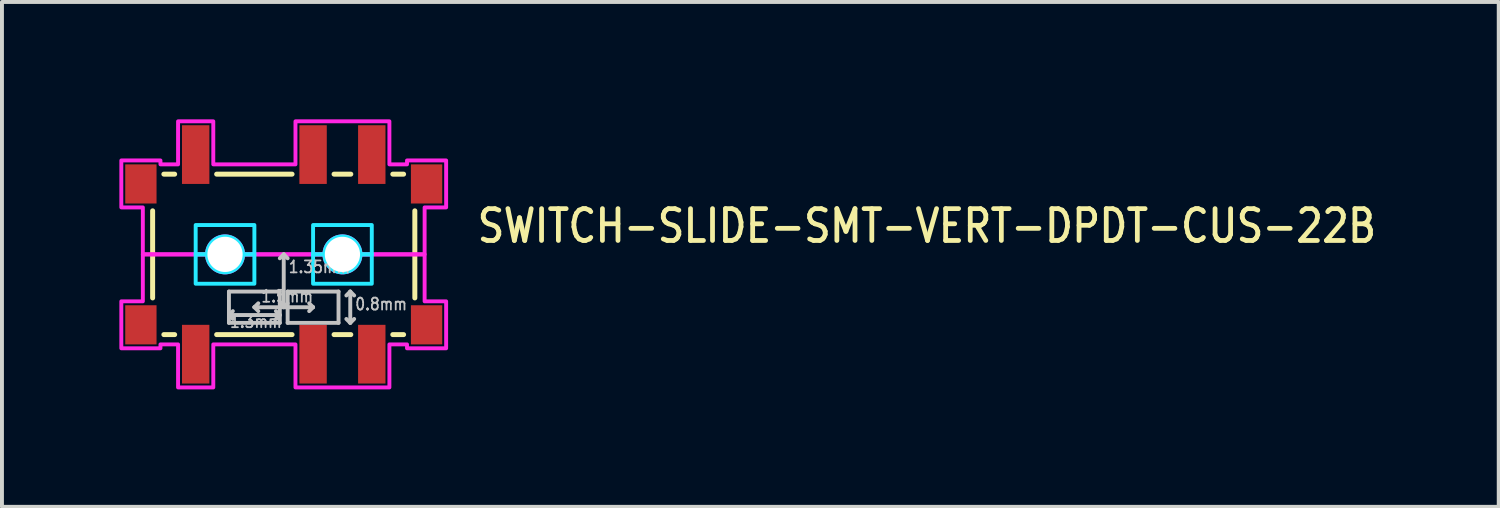
<source format=kicad_pcb>
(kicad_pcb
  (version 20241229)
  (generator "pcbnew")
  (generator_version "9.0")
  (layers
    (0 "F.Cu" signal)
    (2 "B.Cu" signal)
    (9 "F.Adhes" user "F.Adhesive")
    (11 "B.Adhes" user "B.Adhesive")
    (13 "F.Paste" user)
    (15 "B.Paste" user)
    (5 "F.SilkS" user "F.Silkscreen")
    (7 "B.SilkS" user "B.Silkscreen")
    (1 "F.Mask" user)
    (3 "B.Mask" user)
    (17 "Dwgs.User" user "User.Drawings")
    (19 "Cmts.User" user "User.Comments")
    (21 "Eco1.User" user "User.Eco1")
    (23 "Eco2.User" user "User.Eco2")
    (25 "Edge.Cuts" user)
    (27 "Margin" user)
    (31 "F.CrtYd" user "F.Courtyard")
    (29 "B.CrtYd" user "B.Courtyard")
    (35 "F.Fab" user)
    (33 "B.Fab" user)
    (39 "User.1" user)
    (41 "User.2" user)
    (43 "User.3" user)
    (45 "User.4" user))
  (footprint "SWITCH-SLIDE-SMT-VERT-DPDT-CUS-22B"
    (layer "F.Cu")
    (at 4.2 3.45)
    (property "Reference" "SWITCH-SLIDE-SMT-VERT-DPDT-CUS-22B" (at 4.886 -0.25 0) (unlocked yes) (layer "F.SilkS") (effects (font (size 0.813 0.695) (thickness 0.122)) (justify left bottom)))
    (fp_line (start -3.35 -1.113) (end -3.35 1.113) (stroke (width 0.127) (type solid)) (layer "F.SilkS"))
    (fp_line (start -2.787 -2.05) (end -3.063 -2.05) (stroke (width 0.127) (type solid)) (layer "F.SilkS"))
    (fp_line (start -2.787 2.05) (end -3.063 2.05) (stroke (width 0.127) (type solid)) (layer "F.SilkS"))
    (fp_line (start -1.714 -2.05) (end 0.213 -2.05) (stroke (width 0.127) (type solid)) (layer "F.SilkS"))
    (fp_line (start -1.714 2.05) (end 0.213 2.05) (stroke (width 0.127) (type solid)) (layer "F.SilkS"))
    (fp_line (start 1.714 -2.05) (end 1.286 -2.05) (stroke (width 0.127) (type solid)) (layer "F.SilkS"))
    (fp_line (start 1.714 2.05) (end 1.286 2.05) (stroke (width 0.127) (type solid)) (layer "F.SilkS"))
    (fp_line (start 3.063 -2.05) (end 2.787 -2.05) (stroke (width 0.127) (type solid)) (layer "F.SilkS"))
    (fp_line (start 3.063 2.05) (end 2.787 2.05) (stroke (width 0.127) (type solid)) (layer "F.SilkS"))
    (fp_line (start 3.35 -1.113) (end 3.35 1.113) (stroke (width 0.127) (type solid)) (layer "F.SilkS"))
    (fp_line (start -1.4 0.95) (end -1.4 1.75) (stroke (width 0.1) (type solid)) (layer "Dwgs.User"))
    (fp_line (start -1.4 0.95) (end -0.1 0.95) (stroke (width 0.1) (type solid)) (layer "Dwgs.User"))
    (fp_line (start -1.4 1.55) (end -1.3 1.45) (stroke (width 0.1) (type solid)) (layer "Dwgs.User"))
    (fp_line (start -1.4 1.55) (end -1.3 1.65) (stroke (width 0.1) (type solid)) (layer "Dwgs.User"))
    (fp_line (start -1.4 1.55) (end -0.1 1.55) (stroke (width 0.1) (type solid)) (layer "Dwgs.User"))
    (fp_line (start -1.4 1.75) (end -0.1 1.75) (stroke (width 0.1) (type solid)) (layer "Dwgs.User"))
    (fp_line (start -0.75 1.35) (end -0.65 1.25) (stroke (width 0.1) (type solid)) (layer "Dwgs.User"))
    (fp_line (start -0.75 1.35) (end -0.65 1.45) (stroke (width 0.1) (type solid)) (layer "Dwgs.User"))
    (fp_line (start -0.75 1.35) (end 0.75 1.35) (stroke (width 0.1) (type solid)) (layer "Dwgs.User"))
    (fp_line (start -0.1 1.55) (end -0.2 1.45) (stroke (width 0.1) (type solid)) (layer "Dwgs.User"))
    (fp_line (start -0.1 1.55) (end -0.2 1.65) (stroke (width 0.1) (type solid)) (layer "Dwgs.User"))
    (fp_line (start -0.1 1.75) (end -0.1 0.95) (stroke (width 0.1) (type solid)) (layer "Dwgs.User"))
    (fp_line (start 0 0) (end -0.1 0.1) (stroke (width 0.1) (type solid)) (layer "Dwgs.User"))
    (fp_line (start 0 0) (end 0 1.35) (stroke (width 0.1) (type solid)) (layer "Dwgs.User"))
    (fp_line (start 0 0) (end 0.1 0.1) (stroke (width 0.1) (type solid)) (layer "Dwgs.User"))
    (fp_line (start 0 1.35) (end -0.1 1.25) (stroke (width 0.1) (type solid)) (layer "Dwgs.User"))
    (fp_line (start 0 1.35) (end 0.1 1.25) (stroke (width 0.1) (type solid)) (layer "Dwgs.User"))
    (fp_line (start 0.1 0.95) (end 0.1 1.75) (stroke (width 0.1) (type solid)) (layer "Dwgs.User"))
    (fp_line (start 0.1 0.95) (end 1.4 0.95) (stroke (width 0.1) (type solid)) (layer "Dwgs.User"))
    (fp_line (start 0.1 1.75) (end 1.4 1.75) (stroke (width 0.1) (type solid)) (layer "Dwgs.User"))
    (fp_line (start 0.75 1.35) (end 0.65 1.25) (stroke (width 0.1) (type solid)) (layer "Dwgs.User"))
    (fp_line (start 0.75 1.35) (end 0.65 1.45) (stroke (width 0.1) (type solid)) (layer "Dwgs.User"))
    (fp_line (start 1.4 1.75) (end 1.4 0.95) (stroke (width 0.1) (type solid)) (layer "Dwgs.User"))
    (fp_line (start 1.7 0.95) (end 1.6 1.05) (stroke (width 0.1) (type solid)) (layer "Dwgs.User"))
    (fp_line (start 1.7 0.95) (end 1.7 1.75) (stroke (width 0.1) (type solid)) (layer "Dwgs.User"))
    (fp_line (start 1.7 0.95) (end 1.8 1.05) (stroke (width 0.1) (type solid)) (layer "Dwgs.User"))
    (fp_line (start 1.7 1.75) (end 1.6 1.65) (stroke (width 0.1) (type solid)) (layer "Dwgs.User"))
    (fp_line (start 1.7 1.75) (end 1.8 1.65) (stroke (width 0.1) (type solid)) (layer "Dwgs.User"))
    (fp_poly (pts (xy -0.75 -0.75) (xy -0.75 0) (xy -1.04 0) (xy -1.04 -0.000078) (xy -1.04 -0.007) (xy -1.04 -0.007) (xy -1.04 -0.014) (xy -1.04 -0.015) (xy -1.041 -0.022) (xy -1.041 -0.022) (xy -1.041 -0.029) (xy -1.041 -0.029) (xy -1.041 -0.036) (xy -1.041 -0.036) (xy -1.042 -0.043) (xy -1.042 -0.043) (xy -1.043 -0.05) (xy -1.043 -0.051) (xy -1.044 -0.058) (xy -1.044 -0.058) (xy -1.045 -0.065) (xy -1.045 -0.065) (xy -1.046 -0.072) (xy -1.046 -0.072) (xy -1.047 -0.079) (xy -1.047 -0.079) (xy -1.048 -0.086) (xy -1.048 -0.086) (xy -1.05 -0.093) (xy -1.05 -0.093) (xy -1.051 -0.1) (xy -1.051 -0.1) (xy -1.053 -0.107) (xy -1.053 -0.107) (xy -1.054 -0.114) (xy -1.054 -0.114) (xy -1.056 -0.121) (xy -1.056 -0.121) (xy -1.058 -0.128) (xy -1.058 -0.128) (xy -1.06 -0.135) (xy -1.06 -0.135) (xy -1.062 -0.142) (xy -1.063 -0.142) (xy -1.065 -0.149) (xy -1.065 -0.149) (xy -1.067 -0.156) (xy -1.067 -0.156) (xy -1.07 -0.163) (xy -1.07 -0.163) (xy -1.072 -0.169) (xy -1.072 -0.169) (xy -1.075 -0.176) (xy -1.075 -0.176) (xy -1.078 -0.183) (xy -1.078 -0.183) (xy -1.081 -0.189) (xy -1.081 -0.189) (xy -1.084 -0.196) (xy -1.084 -0.196) (xy -1.087 -0.202) (xy -1.087 -0.202) (xy -1.09 -0.209) (xy -1.09 -0.209) (xy -1.093 -0.215) (xy -1.094 -0.215) (xy -1.097 -0.222) (xy -1.097 -0.222) (xy -1.1 -0.228) (xy -1.1 -0.228) (xy -1.104 -0.234) (xy -1.104 -0.234) (xy -1.108 -0.24) (xy -1.108 -0.24) (xy -1.112 -0.246) (xy -1.112 -0.247) (xy -1.115 -0.252) (xy -1.116 -0.253) (xy -1.119 -0.258) (xy -1.12 -0.259) (xy -1.124 -0.264) (xy -1.124 -0.265) (xy -1.128 -0.27) (xy -1.128 -0.27) (xy -1.132 -0.276) (xy -1.132 -0.276) (xy -1.136 -0.282) (xy -1.137 -0.282) (xy -1.141 -0.288) (xy -1.141 -0.288) (xy -1.146 -0.293) (xy -1.146 -0.293) (xy -1.15 -0.299) (xy -1.15 -0.299) (xy -1.155 -0.304) (xy -1.155 -0.304) (xy -1.16 -0.31) (xy -1.16 -0.31) (xy -1.165 -0.315) (xy -1.165 -0.315) (xy -1.17 -0.32) (xy -1.17 -0.32) (xy -1.175 -0.325) (xy -1.175 -0.325) (xy -1.18 -0.33) (xy -1.18 -0.33) (xy -1.185 -0.335) (xy -1.185 -0.335) (xy -1.19 -0.34) (xy -1.19 -0.34) (xy -1.196 -0.345) (xy -1.196 -0.345) (xy -1.201 -0.35) (xy -1.201 -0.35) (xy -1.207 -0.354) (xy -1.207 -0.354) (xy -1.212 -0.359) (xy -1.212 -0.359) (xy -1.218 -0.363) (xy -1.218 -0.364) (xy -1.224 -0.368) (xy -1.224 -0.368) (xy -1.23 -0.372) (xy -1.23 -0.372) (xy -1.235 -0.376) (xy -1.236 -0.376) (xy -1.241 -0.38) (xy -1.242 -0.381) (xy -1.247 -0.384) (xy -1.248 -0.385) (xy -1.253 -0.388) (xy -1.254 -0.388) (xy -1.26 -0.392) (xy -1.26 -0.392) (xy -1.266 -0.396) (xy -1.266 -0.396) (xy -1.272 -0.4) (xy -1.272 -0.4) (xy -1.278 -0.403) (xy -1.278 -0.403) (xy -1.285 -0.406) (xy -1.285 -0.407) (xy -1.291 -0.41) (xy -1.291 -0.41) (xy -1.298 -0.413) (xy -1.298 -0.413) (xy -1.304 -0.416) (xy -1.304 -0.416) (xy -1.311 -0.419) (xy -1.311 -0.419) (xy -1.317 -0.422) (xy -1.317 -0.422) (xy -1.324 -0.425) (xy -1.324 -0.425) (xy -1.331 -0.428) (xy -1.331 -0.428) (xy -1.337 -0.43) (xy -1.337 -0.43) (xy -1.344 -0.433) (xy -1.344 -0.433) (xy -1.351 -0.435) (xy -1.351 -0.435) (xy -1.358 -0.437) (xy -1.358 -0.438) (xy -1.365 -0.44) (xy -1.365 -0.44) (xy -1.372 -0.442) (xy -1.372 -0.442) (xy -1.379 -0.444) (xy -1.379 -0.444) (xy -1.386 -0.446) (xy -1.386 -0.446) (xy -1.393 -0.447) (xy -1.393 -0.447) (xy -1.4 -0.449) (xy -1.4 -0.449) (xy -1.407 -0.45) (xy -1.407 -0.45) (xy -1.414 -0.452) (xy -1.414 -0.452) (xy -1.421 -0.453) (xy -1.421 -0.453) (xy -1.428 -0.454) (xy -1.428 -0.454) (xy -1.435 -0.455) (xy -1.435 -0.455) (xy -1.442 -0.456) (xy -1.442 -0.456) (xy -1.449 -0.457) (xy -1.45 -0.457) (xy -1.457 -0.458) (xy -1.457 -0.458) (xy -1.464 -0.459) (xy -1.464 -0.459) (xy -1.471 -0.459) (xy -1.471 -0.459) (xy -1.478 -0.459) (xy -1.478 -0.459) (xy -1.485 -0.46) (xy -1.486 -0.46) (xy -1.493 -0.46) (xy -1.493 -0.46) (xy -1.5 -0.46) (xy -1.5 -0.46) (xy -1.507 -0.46) (xy -1.507 -0.46) (xy -1.514 -0.46) (xy -1.515 -0.46) (xy -1.522 -0.459) (xy -1.522 -0.459) (xy -1.529 -0.459) (xy -1.529 -0.459) (xy -1.536 -0.459) (xy -1.536 -0.459) (xy -1.543 -0.458) (xy -1.543 -0.458) (xy -1.55 -0.457) (xy -1.551 -0.457) (xy -1.558 -0.456) (xy -1.558 -0.456) (xy -1.565 -0.455) (xy -1.565 -0.455) (xy -1.572 -0.454) (xy -1.572 -0.454) (xy -1.579 -0.453) (xy -1.579 -0.453) (xy -1.586 -0.452) (xy -1.586 -0.452) (xy -1.593 -0.45) (xy -1.593 -0.45) (xy -1.6 -0.449) (xy -1.6 -0.449) (xy -1.607 -0.447) (xy -1.607 -0.447) (xy -1.614 -0.446) (xy -1.614 -0.446) (xy -1.621 -0.444) (xy -1.621 -0.444) (xy -1.628 -0.442) (xy -1.628 -0.442) (xy -1.635 -0.44) (xy -1.635 -0.44) (xy -1.642 -0.438) (xy -1.642 -0.437) (xy -1.649 -0.435) (xy -1.649 -0.435) (xy -1.656 -0.433) (xy -1.656 -0.433) (xy -1.663 -0.43) (xy -1.663 -0.43) (xy -1.669 -0.428) (xy -1.669 -0.428) (xy -1.676 -0.425) (xy -1.676 -0.425) (xy -1.683 -0.422) (xy -1.683 -0.422) (xy -1.689 -0.419) (xy -1.689 -0.419) (xy -1.696 -0.416) (xy -1.696 -0.416) (xy -1.702 -0.413) (xy -1.702 -0.413) (xy -1.709 -0.41) (xy -1.709 -0.41) (xy -1.715 -0.407) (xy -1.715 -0.406) (xy -1.722 -0.403) (xy -1.722 -0.403) (xy -1.728 -0.4) (xy -1.728 -0.4) (xy -1.734 -0.396) (xy -1.734 -0.396) (xy -1.74 -0.392) (xy -1.74 -0.392) (xy -1.746 -0.388) (xy -1.747 -0.388) (xy -1.752 -0.385) (xy -1.753 -0.384) (xy -1.758 -0.381) (xy -1.759 -0.38) (xy -1.764 -0.376) (xy -1.765 -0.376) (xy -1.77 -0.372) (xy -1.77 -0.372) (xy -1.776 -0.368) (xy -1.776 -0.368) (xy -1.782 -0.364) (xy -1.782 -0.363) (xy -1.788 -0.359) (xy -1.788 -0.359) (xy -1.793 -0.354) (xy -1.793 -0.354) (xy -1.799 -0.35) (xy -1.799 -0.35) (xy -1.804 -0.345) (xy -1.804 -0.345) (xy -1.81 -0.34) (xy -1.81 -0.34) (xy -1.815 -0.335) (xy -1.815 -0.335) (xy -1.82 -0.33) (xy -1.82 -0.33) (xy -1.825 -0.325) (xy -1.825 -0.325) (xy -1.83 -0.32) (xy -1.83 -0.32) (xy -1.835 -0.315) (xy -1.835 -0.315) (xy -1.84 -0.31) (xy -1.84 -0.31) (xy -1.845 -0.304) (xy -1.845 -0.304) (xy -1.85 -0.299) (xy -1.85 -0.299) (xy -1.854 -0.293) (xy -1.854 -0.293) (xy -1.859 -0.288) (xy -1.859 -0.288) (xy -1.863 -0.282) (xy -1.864 -0.282) (xy -1.868 -0.276) (xy -1.868 -0.276) (xy -1.872 -0.27) (xy -1.872 -0.27) (xy -1.876 -0.265) (xy -1.876 -0.264) (xy -1.88 -0.259) (xy -1.881 -0.258) (xy -1.884 -0.253) (xy -1.885 -0.252) (xy -1.888 -0.247) (xy -1.888 -0.246) (xy -1.892 -0.24) (xy -1.892 -0.24) (xy -1.896 -0.234) (xy -1.896 -0.234) (xy -1.9 -0.228) (xy -1.9 -0.228) (xy -1.903 -0.222) (xy -1.903 -0.222) (xy -1.906 -0.215) (xy -1.907 -0.215) (xy -1.91 -0.209) (xy -1.91 -0.209) (xy -1.913 -0.202) (xy -1.913 -0.202) (xy -1.916 -0.196) (xy -1.916 -0.196) (xy -1.919 -0.189) (xy -1.919 -0.189) (xy -1.922 -0.183) (xy -1.922 -0.183) (xy -1.925 -0.176) (xy -1.925 -0.176) (xy -1.928 -0.169) (xy -1.928 -0.169) (xy -1.93 -0.163) (xy -1.93 -0.163) (xy -1.933 -0.156) (xy -1.933 -0.156) (xy -1.935 -0.149) (xy -1.935 -0.149) (xy -1.937 -0.142) (xy -1.938 -0.142) (xy -1.94 -0.135) (xy -1.94 -0.135) (xy -1.942 -0.128) (xy -1.942 -0.128) (xy -1.944 -0.121) (xy -1.944 -0.121) (xy -1.946 -0.114) (xy -1.946 -0.114) (xy -1.947 -0.107) (xy -1.947 -0.107) (xy -1.949 -0.1) (xy -1.949 -0.1) (xy -1.95 -0.093) (xy -1.95 -0.093) (xy -1.952 -0.086) (xy -1.952 -0.086) (xy -1.953 -0.079) (xy -1.953 -0.079) (xy -1.954 -0.072) (xy -1.954 -0.072) (xy -1.955 -0.065) (xy -1.955 -0.065) (xy -1.956 -0.058) (xy -1.956 -0.058) (xy -1.957 -0.051) (xy -1.957 -0.05) (xy -1.958 -0.043) (xy -1.958 -0.043) (xy -1.959 -0.036) (xy -1.959 -0.036) (xy -1.959 -0.029) (xy -1.959 -0.029) (xy -1.959 -0.022) (xy -1.959 -0.022) (xy -1.96 -0.015) (xy -1.96 -0.014) (xy -1.96 -0.007) (xy -1.96 -0.007) (xy -1.96 -0.000078) (xy -1.96 0) (xy -2.25 0) (xy -2.25 -0.75)) (stroke (width 0.1) (type solid)) (fill no) (layer "B.CrtYd"))
    (fp_poly (pts (xy -0.75 0) (xy -0.75 0.75) (xy -2.25 0.75) (xy -2.25 0) (xy -1.96 0) (xy -1.96 0.000078) (xy -1.96 0.007) (xy -1.96 0.007) (xy -1.96 0.014) (xy -1.96 0.015) (xy -1.959 0.022) (xy -1.959 0.022) (xy -1.959 0.029) (xy -1.959 0.029) (xy -1.959 0.036) (xy -1.959 0.036) (xy -1.958 0.043) (xy -1.958 0.043) (xy -1.957 0.05) (xy -1.957 0.051) (xy -1.956 0.058) (xy -1.956 0.058) (xy -1.955 0.065) (xy -1.955 0.065) (xy -1.954 0.072) (xy -1.954 0.072) (xy -1.953 0.079) (xy -1.953 0.079) (xy -1.952 0.086) (xy -1.952 0.086) (xy -1.95 0.093) (xy -1.95 0.093) (xy -1.949 0.1) (xy -1.949 0.1) (xy -1.947 0.107) (xy -1.947 0.107) (xy -1.946 0.114) (xy -1.946 0.114) (xy -1.944 0.121) (xy -1.944 0.121) (xy -1.942 0.128) (xy -1.942 0.128) (xy -1.94 0.135) (xy -1.94 0.135) (xy -1.938 0.142) (xy -1.937 0.142) (xy -1.935 0.149) (xy -1.935 0.149) (xy -1.933 0.156) (xy -1.933 0.156) (xy -1.93 0.163) (xy -1.93 0.163) (xy -1.928 0.169) (xy -1.928 0.169) (xy -1.925 0.176) (xy -1.925 0.176) (xy -1.922 0.183) (xy -1.922 0.183) (xy -1.919 0.189) (xy -1.919 0.189) (xy -1.916 0.196) (xy -1.916 0.196) (xy -1.913 0.202) (xy -1.913 0.202) (xy -1.91 0.209) (xy -1.91 0.209) (xy -1.907 0.215) (xy -1.906 0.215) (xy -1.903 0.222) (xy -1.903 0.222) (xy -1.9 0.228) (xy -1.9 0.228) (xy -1.896 0.234) (xy -1.896 0.234) (xy -1.892 0.24) (xy -1.892 0.24) (xy -1.888 0.246) (xy -1.888 0.247) (xy -1.885 0.252) (xy -1.884 0.253) (xy -1.881 0.258) (xy -1.88 0.259) (xy -1.876 0.264) (xy -1.876 0.265) (xy -1.872 0.27) (xy -1.872 0.27) (xy -1.868 0.276) (xy -1.868 0.276) (xy -1.864 0.282) (xy -1.863 0.282) (xy -1.859 0.288) (xy -1.859 0.288) (xy -1.854 0.293) (xy -1.854 0.293) (xy -1.85 0.299) (xy -1.85 0.299) (xy -1.845 0.304) (xy -1.845 0.304) (xy -1.84 0.31) (xy -1.84 0.31) (xy -1.835 0.315) (xy -1.835 0.315) (xy -1.83 0.32) (xy -1.83 0.32) (xy -1.825 0.325) (xy -1.825 0.325) (xy -1.82 0.33) (xy -1.82 0.33) (xy -1.815 0.335) (xy -1.815 0.335) (xy -1.81 0.34) (xy -1.81 0.34) (xy -1.804 0.345) (xy -1.804 0.345) (xy -1.799 0.35) (xy -1.799 0.35) (xy -1.793 0.354) (xy -1.793 0.354) (xy -1.788 0.359) (xy -1.788 0.359) (xy -1.782 0.363) (xy -1.782 0.364) (xy -1.776 0.368) (xy -1.776 0.368) (xy -1.77 0.372) (xy -1.77 0.372) (xy -1.765 0.376) (xy -1.764 0.376) (xy -1.759 0.38) (xy -1.758 0.381) (xy -1.753 0.384) (xy -1.752 0.385) (xy -1.747 0.388) (xy -1.746 0.388) (xy -1.74 0.392) (xy -1.74 0.392) (xy -1.734 0.396) (xy -1.734 0.396) (xy -1.728 0.4) (xy -1.728 0.4) (xy -1.722 0.403) (xy -1.722 0.403) (xy -1.715 0.406) (xy -1.715 0.407) (xy -1.709 0.41) (xy -1.709 0.41) (xy -1.702 0.413) (xy -1.702 0.413) (xy -1.696 0.416) (xy -1.696 0.416) (xy -1.689 0.419) (xy -1.689 0.419) (xy -1.683 0.422) (xy -1.683 0.422) (xy -1.676 0.425) (xy -1.676 0.425) (xy -1.669 0.428) (xy -1.669 0.428) (xy -1.663 0.43) (xy -1.663 0.43) (xy -1.656 0.433) (xy -1.656 0.433) (xy -1.649 0.435) (xy -1.649 0.435) (xy -1.642 0.437) (xy -1.642 0.438) (xy -1.635 0.44) (xy -1.635 0.44) (xy -1.628 0.442) (xy -1.628 0.442) (xy -1.621 0.444) (xy -1.621 0.444) (xy -1.614 0.446) (xy -1.614 0.446) (xy -1.607 0.447) (xy -1.607 0.447) (xy -1.6 0.449) (xy -1.6 0.449) (xy -1.593 0.45) (xy -1.593 0.45) (xy -1.586 0.452) (xy -1.586 0.452) (xy -1.579 0.453) (xy -1.579 0.453) (xy -1.572 0.454) (xy -1.572 0.454) (xy -1.565 0.455) (xy -1.565 0.455) (xy -1.558 0.456) (xy -1.558 0.456) (xy -1.551 0.457) (xy -1.55 0.457) (xy -1.543 0.458) (xy -1.543 0.458) (xy -1.536 0.459) (xy -1.536 0.459) (xy -1.529 0.459) (xy -1.529 0.459) (xy -1.522 0.459) (xy -1.522 0.459) (xy -1.515 0.46) (xy -1.514 0.46) (xy -1.507 0.46) (xy -1.507 0.46) (xy -1.5 0.46) (xy -1.5 0.46) (xy -1.493 0.46) (xy -1.493 0.46) (xy -1.486 0.46) (xy -1.485 0.46) (xy -1.478 0.459) (xy -1.478 0.459) (xy -1.471 0.459) (xy -1.471 0.459) (xy -1.464 0.459) (xy -1.464 0.459) (xy -1.457 0.458) (xy -1.457 0.458) (xy -1.45 0.457) (xy -1.449 0.457) (xy -1.442 0.456) (xy -1.442 0.456) (xy -1.435 0.455) (xy -1.435 0.455) (xy -1.428 0.454) (xy -1.428 0.454) (xy -1.421 0.453) (xy -1.421 0.453) (xy -1.414 0.452) (xy -1.414 0.452) (xy -1.407 0.45) (xy -1.407 0.45) (xy -1.4 0.449) (xy -1.4 0.449) (xy -1.393 0.447) (xy -1.393 0.447) (xy -1.386 0.446) (xy -1.386 0.446) (xy -1.379 0.444) (xy -1.379 0.444) (xy -1.372 0.442) (xy -1.372 0.442) (xy -1.365 0.44) (xy -1.365 0.44) (xy -1.358 0.438) (xy -1.358 0.437) (xy -1.351 0.435) (xy -1.351 0.435) (xy -1.344 0.433) (xy -1.344 0.433) (xy -1.337 0.43) (xy -1.337 0.43) (xy -1.331 0.428) (xy -1.331 0.428) (xy -1.324 0.425) (xy -1.324 0.425) (xy -1.317 0.422) (xy -1.317 0.422) (xy -1.311 0.419) (xy -1.311 0.419) (xy -1.304 0.416) (xy -1.304 0.416) (xy -1.298 0.413) (xy -1.298 0.413) (xy -1.291 0.41) (xy -1.291 0.41) (xy -1.285 0.407) (xy -1.285 0.406) (xy -1.278 0.403) (xy -1.278 0.403) (xy -1.272 0.4) (xy -1.272 0.4) (xy -1.266 0.396) (xy -1.266 0.396) (xy -1.26 0.392) (xy -1.26 0.392) (xy -1.254 0.388) (xy -1.253 0.388) (xy -1.248 0.385) (xy -1.247 0.384) (xy -1.242 0.381) (xy -1.241 0.38) (xy -1.236 0.376) (xy -1.235 0.376) (xy -1.23 0.372) (xy -1.23 0.372) (xy -1.224 0.368) (xy -1.224 0.368) (xy -1.218 0.364) (xy -1.218 0.363) (xy -1.212 0.359) (xy -1.212 0.359) (xy -1.207 0.354) (xy -1.207 0.354) (xy -1.201 0.35) (xy -1.201 0.35) (xy -1.196 0.345) (xy -1.196 0.345) (xy -1.19 0.34) (xy -1.19 0.34) (xy -1.185 0.335) (xy -1.185 0.335) (xy -1.18 0.33) (xy -1.18 0.33) (xy -1.175 0.325) (xy -1.175 0.325) (xy -1.17 0.32) (xy -1.17 0.32) (xy -1.165 0.315) (xy -1.165 0.315) (xy -1.16 0.31) (xy -1.16 0.31) (xy -1.155 0.304) (xy -1.155 0.304) (xy -1.15 0.299) (xy -1.15 0.299) (xy -1.146 0.293) (xy -1.146 0.293) (xy -1.141 0.288) (xy -1.141 0.288) (xy -1.137 0.282) (xy -1.136 0.282) (xy -1.132 0.276) (xy -1.132 0.276) (xy -1.128 0.27) (xy -1.128 0.27) (xy -1.124 0.265) (xy -1.124 0.264) (xy -1.12 0.259) (xy -1.119 0.258) (xy -1.116 0.253) (xy -1.115 0.252) (xy -1.112 0.247) (xy -1.112 0.246) (xy -1.108 0.24) (xy -1.108 0.24) (xy -1.104 0.234) (xy -1.104 0.234) (xy -1.1 0.228) (xy -1.1 0.228) (xy -1.097 0.222) (xy -1.097 0.222) (xy -1.094 0.215) (xy -1.093 0.215) (xy -1.09 0.209) (xy -1.09 0.209) (xy -1.087 0.202) (xy -1.087 0.202) (xy -1.084 0.196) (xy -1.084 0.196) (xy -1.081 0.189) (xy -1.081 0.189) (xy -1.078 0.183) (xy -1.078 0.183) (xy -1.075 0.176) (xy -1.075 0.176) (xy -1.072 0.169) (xy -1.072 0.169) (xy -1.07 0.163) (xy -1.07 0.163) (xy -1.067 0.156) (xy -1.067 0.156) (xy -1.065 0.149) (xy -1.065 0.149) (xy -1.063 0.142) (xy -1.062 0.142) (xy -1.06 0.135) (xy -1.06 0.135) (xy -1.058 0.128) (xy -1.058 0.128) (xy -1.056 0.121) (xy -1.056 0.121) (xy -1.054 0.114) (xy -1.054 0.114) (xy -1.053 0.107) (xy -1.053 0.107) (xy -1.051 0.1) (xy -1.051 0.1) (xy -1.05 0.093) (xy -1.05 0.093) (xy -1.048 0.086) (xy -1.048 0.086) (xy -1.047 0.079) (xy -1.047 0.079) (xy -1.046 0.072) (xy -1.046 0.072) (xy -1.045 0.065) (xy -1.045 0.065) (xy -1.044 0.058) (xy -1.044 0.058) (xy -1.043 0.051) (xy -1.043 0.05) (xy -1.042 0.043) (xy -1.042 0.043) (xy -1.041 0.036) (xy -1.041 0.036) (xy -1.041 0.029) (xy -1.041 0.029) (xy -1.041 0.022) (xy -1.041 0.022) (xy -1.04 0.015) (xy -1.04 0.014) (xy -1.04 0.007) (xy -1.04 0.007) (xy -1.04 0.000078) (xy -1.04 0)) (stroke (width 0.1) (type solid)) (fill no) (layer "B.CrtYd"))
    (fp_poly (pts (xy 2.25 -0.75) (xy 2.25 0) (xy 1.96 0) (xy 1.96 -0.000078) (xy 1.96 -0.007) (xy 1.96 -0.007) (xy 1.96 -0.014) (xy 1.96 -0.015) (xy 1.959 -0.022) (xy 1.959 -0.022) (xy 1.959 -0.029) (xy 1.959 -0.029) (xy 1.959 -0.036) (xy 1.959 -0.036) (xy 1.958 -0.043) (xy 1.958 -0.043) (xy 1.957 -0.05) (xy 1.957 -0.051) (xy 1.956 -0.058) (xy 1.956 -0.058) (xy 1.955 -0.065) (xy 1.955 -0.065) (xy 1.954 -0.072) (xy 1.954 -0.072) (xy 1.953 -0.079) (xy 1.953 -0.079) (xy 1.952 -0.086) (xy 1.952 -0.086) (xy 1.95 -0.093) (xy 1.95 -0.093) (xy 1.949 -0.1) (xy 1.949 -0.1) (xy 1.947 -0.107) (xy 1.947 -0.107) (xy 1.946 -0.114) (xy 1.946 -0.114) (xy 1.944 -0.121) (xy 1.944 -0.121) (xy 1.942 -0.128) (xy 1.942 -0.128) (xy 1.94 -0.135) (xy 1.94 -0.135) (xy 1.938 -0.142) (xy 1.937 -0.142) (xy 1.935 -0.149) (xy 1.935 -0.149) (xy 1.933 -0.156) (xy 1.933 -0.156) (xy 1.93 -0.163) (xy 1.93 -0.163) (xy 1.928 -0.169) (xy 1.928 -0.169) (xy 1.925 -0.176) (xy 1.925 -0.176) (xy 1.922 -0.183) (xy 1.922 -0.183) (xy 1.919 -0.189) (xy 1.919 -0.189) (xy 1.916 -0.196) (xy 1.916 -0.196) (xy 1.913 -0.202) (xy 1.913 -0.202) (xy 1.91 -0.209) (xy 1.91 -0.209) (xy 1.907 -0.215) (xy 1.906 -0.215) (xy 1.903 -0.222) (xy 1.903 -0.222) (xy 1.9 -0.228) (xy 1.9 -0.228) (xy 1.896 -0.234) (xy 1.896 -0.234) (xy 1.892 -0.24) (xy 1.892 -0.24) (xy 1.888 -0.246) (xy 1.888 -0.247) (xy 1.885 -0.252) (xy 1.884 -0.253) (xy 1.881 -0.258) (xy 1.88 -0.259) (xy 1.876 -0.264) (xy 1.876 -0.265) (xy 1.872 -0.27) (xy 1.872 -0.27) (xy 1.868 -0.276) (xy 1.868 -0.276) (xy 1.864 -0.282) (xy 1.863 -0.282) (xy 1.859 -0.288) (xy 1.859 -0.288) (xy 1.854 -0.293) (xy 1.854 -0.293) (xy 1.85 -0.299) (xy 1.85 -0.299) (xy 1.845 -0.304) (xy 1.845 -0.304) (xy 1.84 -0.31) (xy 1.84 -0.31) (xy 1.835 -0.315) (xy 1.835 -0.315) (xy 1.83 -0.32) (xy 1.83 -0.32) (xy 1.825 -0.325) (xy 1.825 -0.325) (xy 1.82 -0.33) (xy 1.82 -0.33) (xy 1.815 -0.335) (xy 1.815 -0.335) (xy 1.81 -0.34) (xy 1.81 -0.34) (xy 1.804 -0.345) (xy 1.804 -0.345) (xy 1.799 -0.35) (xy 1.799 -0.35) (xy 1.793 -0.354) (xy 1.793 -0.354) (xy 1.788 -0.359) (xy 1.788 -0.359) (xy 1.782 -0.363) (xy 1.782 -0.364) (xy 1.776 -0.368) (xy 1.776 -0.368) (xy 1.77 -0.372) (xy 1.77 -0.372) (xy 1.765 -0.376) (xy 1.764 -0.376) (xy 1.759 -0.38) (xy 1.758 -0.381) (xy 1.753 -0.384) (xy 1.752 -0.385) (xy 1.747 -0.388) (xy 1.746 -0.388) (xy 1.74 -0.392) (xy 1.74 -0.392) (xy 1.734 -0.396) (xy 1.734 -0.396) (xy 1.728 -0.4) (xy 1.728 -0.4) (xy 1.722 -0.403) (xy 1.722 -0.403) (xy 1.715 -0.406) (xy 1.715 -0.407) (xy 1.709 -0.41) (xy 1.709 -0.41) (xy 1.702 -0.413) (xy 1.702 -0.413) (xy 1.696 -0.416) (xy 1.696 -0.416) (xy 1.689 -0.419) (xy 1.689 -0.419) (xy 1.683 -0.422) (xy 1.683 -0.422) (xy 1.676 -0.425) (xy 1.676 -0.425) (xy 1.669 -0.428) (xy 1.669 -0.428) (xy 1.663 -0.43) (xy 1.663 -0.43) (xy 1.656 -0.433) (xy 1.656 -0.433) (xy 1.649 -0.435) (xy 1.649 -0.435) (xy 1.642 -0.437) (xy 1.642 -0.438) (xy 1.635 -0.44) (xy 1.635 -0.44) (xy 1.628 -0.442) (xy 1.628 -0.442) (xy 1.621 -0.444) (xy 1.621 -0.444) (xy 1.614 -0.446) (xy 1.614 -0.446) (xy 1.607 -0.447) (xy 1.607 -0.447) (xy 1.6 -0.449) (xy 1.6 -0.449) (xy 1.593 -0.45) (xy 1.593 -0.45) (xy 1.586 -0.452) (xy 1.586 -0.452) (xy 1.579 -0.453) (xy 1.579 -0.453) (xy 1.572 -0.454) (xy 1.572 -0.454) (xy 1.565 -0.455) (xy 1.565 -0.455) (xy 1.558 -0.456) (xy 1.558 -0.456) (xy 1.551 -0.457) (xy 1.55 -0.457) (xy 1.543 -0.458) (xy 1.543 -0.458) (xy 1.536 -0.459) (xy 1.536 -0.459) (xy 1.529 -0.459) (xy 1.529 -0.459) (xy 1.522 -0.459) (xy 1.522 -0.459) (xy 1.515 -0.46) (xy 1.514 -0.46) (xy 1.507 -0.46) (xy 1.507 -0.46) (xy 1.5 -0.46) (xy 1.5 -0.46) (xy 1.493 -0.46) (xy 1.493 -0.46) (xy 1.486 -0.46) (xy 1.485 -0.46) (xy 1.478 -0.459) (xy 1.478 -0.459) (xy 1.471 -0.459) (xy 1.471 -0.459) (xy 1.464 -0.459) (xy 1.464 -0.459) (xy 1.457 -0.458) (xy 1.457 -0.458) (xy 1.45 -0.457) (xy 1.449 -0.457) (xy 1.442 -0.456) (xy 1.442 -0.456) (xy 1.435 -0.455) (xy 1.435 -0.455) (xy 1.428 -0.454) (xy 1.428 -0.454) (xy 1.421 -0.453) (xy 1.421 -0.453) (xy 1.414 -0.452) (xy 1.414 -0.452) (xy 1.407 -0.45) (xy 1.407 -0.45) (xy 1.4 -0.449) (xy 1.4 -0.449) (xy 1.393 -0.447) (xy 1.393 -0.447) (xy 1.386 -0.446) (xy 1.386 -0.446) (xy 1.379 -0.444) (xy 1.379 -0.444) (xy 1.372 -0.442) (xy 1.372 -0.442) (xy 1.365 -0.44) (xy 1.365 -0.44) (xy 1.358 -0.438) (xy 1.358 -0.437) (xy 1.351 -0.435) (xy 1.351 -0.435) (xy 1.344 -0.433) (xy 1.344 -0.433) (xy 1.337 -0.43) (xy 1.337 -0.43) (xy 1.331 -0.428) (xy 1.331 -0.428) (xy 1.324 -0.425) (xy 1.324 -0.425) (xy 1.317 -0.422) (xy 1.317 -0.422) (xy 1.311 -0.419) (xy 1.311 -0.419) (xy 1.304 -0.416) (xy 1.304 -0.416) (xy 1.298 -0.413) (xy 1.298 -0.413) (xy 1.291 -0.41) (xy 1.291 -0.41) (xy 1.285 -0.407) (xy 1.285 -0.406) (xy 1.278 -0.403) (xy 1.278 -0.403) (xy 1.272 -0.4) (xy 1.272 -0.4) (xy 1.266 -0.396) (xy 1.266 -0.396) (xy 1.26 -0.392) (xy 1.26 -0.392) (xy 1.254 -0.388) (xy 1.253 -0.388) (xy 1.248 -0.385) (xy 1.247 -0.384) (xy 1.242 -0.381) (xy 1.241 -0.38) (xy 1.236 -0.376) (xy 1.235 -0.376) (xy 1.23 -0.372) (xy 1.23 -0.372) (xy 1.224 -0.368) (xy 1.224 -0.368) (xy 1.218 -0.364) (xy 1.218 -0.363) (xy 1.212 -0.359) (xy 1.212 -0.359) (xy 1.207 -0.354) (xy 1.207 -0.354) (xy 1.201 -0.35) (xy 1.201 -0.35) (xy 1.196 -0.345) (xy 1.196 -0.345) (xy 1.19 -0.34) (xy 1.19 -0.34) (xy 1.185 -0.335) (xy 1.185 -0.335) (xy 1.18 -0.33) (xy 1.18 -0.33) (xy 1.175 -0.325) (xy 1.175 -0.325) (xy 1.17 -0.32) (xy 1.17 -0.32) (xy 1.165 -0.315) (xy 1.165 -0.315) (xy 1.16 -0.31) (xy 1.16 -0.31) (xy 1.155 -0.304) (xy 1.155 -0.304) (xy 1.15 -0.299) (xy 1.15 -0.299) (xy 1.146 -0.293) (xy 1.146 -0.293) (xy 1.141 -0.288) (xy 1.141 -0.288) (xy 1.137 -0.282) (xy 1.136 -0.282) (xy 1.132 -0.276) (xy 1.132 -0.276) (xy 1.128 -0.27) (xy 1.128 -0.27) (xy 1.124 -0.265) (xy 1.124 -0.264) (xy 1.12 -0.259) (xy 1.119 -0.258) (xy 1.116 -0.253) (xy 1.115 -0.252) (xy 1.112 -0.247) (xy 1.112 -0.246) (xy 1.108 -0.24) (xy 1.108 -0.24) (xy 1.104 -0.234) (xy 1.104 -0.234) (xy 1.1 -0.228) (xy 1.1 -0.228) (xy 1.097 -0.222) (xy 1.097 -0.222) (xy 1.094 -0.215) (xy 1.093 -0.215) (xy 1.09 -0.209) (xy 1.09 -0.209) (xy 1.087 -0.202) (xy 1.087 -0.202) (xy 1.084 -0.196) (xy 1.084 -0.196) (xy 1.081 -0.189) (xy 1.081 -0.189) (xy 1.078 -0.183) (xy 1.078 -0.183) (xy 1.075 -0.176) (xy 1.075 -0.176) (xy 1.072 -0.169) (xy 1.072 -0.169) (xy 1.07 -0.163) (xy 1.07 -0.163) (xy 1.067 -0.156) (xy 1.067 -0.156) (xy 1.065 -0.149) (xy 1.065 -0.149) (xy 1.063 -0.142) (xy 1.062 -0.142) (xy 1.06 -0.135) (xy 1.06 -0.135) (xy 1.058 -0.128) (xy 1.058 -0.128) (xy 1.056 -0.121) (xy 1.056 -0.121) (xy 1.054 -0.114) (xy 1.054 -0.114) (xy 1.053 -0.107) (xy 1.053 -0.107) (xy 1.051 -0.1) (xy 1.051 -0.1) (xy 1.05 -0.093) (xy 1.05 -0.093) (xy 1.048 -0.086) (xy 1.048 -0.086) (xy 1.047 -0.079) (xy 1.047 -0.079) (xy 1.046 -0.072) (xy 1.046 -0.072) (xy 1.045 -0.065) (xy 1.045 -0.065) (xy 1.044 -0.058) (xy 1.044 -0.058) (xy 1.043 -0.051) (xy 1.043 -0.05) (xy 1.042 -0.043) (xy 1.042 -0.043) (xy 1.041 -0.036) (xy 1.041 -0.036) (xy 1.041 -0.029) (xy 1.041 -0.029) (xy 1.041 -0.022) (xy 1.041 -0.022) (xy 1.04 -0.015) (xy 1.04 -0.014) (xy 1.04 -0.007) (xy 1.04 -0.007) (xy 1.04 -0.000078) (xy 1.04 0) (xy 0.75 0) (xy 0.75 -0.75)) (stroke (width 0.1) (type solid)) (fill no) (layer "B.CrtYd"))
    (fp_poly (pts (xy 2.25 0) (xy 2.25 0.75) (xy 0.75 0.75) (xy 0.75 0) (xy 1.04 0) (xy 1.04 0.000078) (xy 1.04 0.007) (xy 1.04 0.007) (xy 1.04 0.014) (xy 1.04 0.015) (xy 1.041 0.022) (xy 1.041 0.022) (xy 1.041 0.029) (xy 1.041 0.029) (xy 1.041 0.036) (xy 1.041 0.036) (xy 1.042 0.043) (xy 1.042 0.043) (xy 1.043 0.05) (xy 1.043 0.051) (xy 1.044 0.058) (xy 1.044 0.058) (xy 1.045 0.065) (xy 1.045 0.065) (xy 1.046 0.072) (xy 1.046 0.072) (xy 1.047 0.079) (xy 1.047 0.079) (xy 1.048 0.086) (xy 1.048 0.086) (xy 1.05 0.093) (xy 1.05 0.093) (xy 1.051 0.1) (xy 1.051 0.1) (xy 1.053 0.107) (xy 1.053 0.107) (xy 1.054 0.114) (xy 1.054 0.114) (xy 1.056 0.121) (xy 1.056 0.121) (xy 1.058 0.128) (xy 1.058 0.128) (xy 1.06 0.135) (xy 1.06 0.135) (xy 1.062 0.142) (xy 1.063 0.142) (xy 1.065 0.149) (xy 1.065 0.149) (xy 1.067 0.156) (xy 1.067 0.156) (xy 1.07 0.163) (xy 1.07 0.163) (xy 1.072 0.169) (xy 1.072 0.169) (xy 1.075 0.176) (xy 1.075 0.176) (xy 1.078 0.183) (xy 1.078 0.183) (xy 1.081 0.189) (xy 1.081 0.189) (xy 1.084 0.196) (xy 1.084 0.196) (xy 1.087 0.202) (xy 1.087 0.202) (xy 1.09 0.209) (xy 1.09 0.209) (xy 1.093 0.215) (xy 1.094 0.215) (xy 1.097 0.222) (xy 1.097 0.222) (xy 1.1 0.228) (xy 1.1 0.228) (xy 1.104 0.234) (xy 1.104 0.234) (xy 1.108 0.24) (xy 1.108 0.24) (xy 1.112 0.246) (xy 1.112 0.247) (xy 1.115 0.252) (xy 1.116 0.253) (xy 1.119 0.258) (xy 1.12 0.259) (xy 1.124 0.264) (xy 1.124 0.265) (xy 1.128 0.27) (xy 1.128 0.27) (xy 1.132 0.276) (xy 1.132 0.276) (xy 1.136 0.282) (xy 1.137 0.282) (xy 1.141 0.288) (xy 1.141 0.288) (xy 1.146 0.293) (xy 1.146 0.293) (xy 1.15 0.299) (xy 1.15 0.299) (xy 1.155 0.304) (xy 1.155 0.304) (xy 1.16 0.31) (xy 1.16 0.31) (xy 1.165 0.315) (xy 1.165 0.315) (xy 1.17 0.32) (xy 1.17 0.32) (xy 1.175 0.325) (xy 1.175 0.325) (xy 1.18 0.33) (xy 1.18 0.33) (xy 1.185 0.335) (xy 1.185 0.335) (xy 1.19 0.34) (xy 1.19 0.34) (xy 1.196 0.345) (xy 1.196 0.345) (xy 1.201 0.35) (xy 1.201 0.35) (xy 1.207 0.354) (xy 1.207 0.354) (xy 1.212 0.359) (xy 1.212 0.359) (xy 1.218 0.363) (xy 1.218 0.364) (xy 1.224 0.368) (xy 1.224 0.368) (xy 1.23 0.372) (xy 1.23 0.372) (xy 1.235 0.376) (xy 1.236 0.376) (xy 1.241 0.38) (xy 1.242 0.381) (xy 1.247 0.384) (xy 1.248 0.385) (xy 1.253 0.388) (xy 1.254 0.388) (xy 1.26 0.392) (xy 1.26 0.392) (xy 1.266 0.396) (xy 1.266 0.396) (xy 1.272 0.4) (xy 1.272 0.4) (xy 1.278 0.403) (xy 1.278 0.403) (xy 1.285 0.406) (xy 1.285 0.407) (xy 1.291 0.41) (xy 1.291 0.41) (xy 1.298 0.413) (xy 1.298 0.413) (xy 1.304 0.416) (xy 1.304 0.416) (xy 1.311 0.419) (xy 1.311 0.419) (xy 1.317 0.422) (xy 1.317 0.422) (xy 1.324 0.425) (xy 1.324 0.425) (xy 1.331 0.428) (xy 1.331 0.428) (xy 1.337 0.43) (xy 1.337 0.43) (xy 1.344 0.433) (xy 1.344 0.433) (xy 1.351 0.435) (xy 1.351 0.435) (xy 1.358 0.437) (xy 1.358 0.438) (xy 1.365 0.44) (xy 1.365 0.44) (xy 1.372 0.442) (xy 1.372 0.442) (xy 1.379 0.444) (xy 1.379 0.444) (xy 1.386 0.446) (xy 1.386 0.446) (xy 1.393 0.447) (xy 1.393 0.447) (xy 1.4 0.449) (xy 1.4 0.449) (xy 1.407 0.45) (xy 1.407 0.45) (xy 1.414 0.452) (xy 1.414 0.452) (xy 1.421 0.453) (xy 1.421 0.453) (xy 1.428 0.454) (xy 1.428 0.454) (xy 1.435 0.455) (xy 1.435 0.455) (xy 1.442 0.456) (xy 1.442 0.456) (xy 1.449 0.457) (xy 1.45 0.457) (xy 1.457 0.458) (xy 1.457 0.458) (xy 1.464 0.459) (xy 1.464 0.459) (xy 1.471 0.459) (xy 1.471 0.459) (xy 1.478 0.459) (xy 1.478 0.459) (xy 1.485 0.46) (xy 1.486 0.46) (xy 1.493 0.46) (xy 1.493 0.46) (xy 1.5 0.46) (xy 1.5 0.46) (xy 1.507 0.46) (xy 1.507 0.46) (xy 1.514 0.46) (xy 1.515 0.46) (xy 1.522 0.459) (xy 1.522 0.459) (xy 1.529 0.459) (xy 1.529 0.459) (xy 1.536 0.459) (xy 1.536 0.459) (xy 1.543 0.458) (xy 1.543 0.458) (xy 1.55 0.457) (xy 1.551 0.457) (xy 1.558 0.456) (xy 1.558 0.456) (xy 1.565 0.455) (xy 1.565 0.455) (xy 1.572 0.454) (xy 1.572 0.454) (xy 1.579 0.453) (xy 1.579 0.453) (xy 1.586 0.452) (xy 1.586 0.452) (xy 1.593 0.45) (xy 1.593 0.45) (xy 1.6 0.449) (xy 1.6 0.449) (xy 1.607 0.447) (xy 1.607 0.447) (xy 1.614 0.446) (xy 1.614 0.446) (xy 1.621 0.444) (xy 1.621 0.444) (xy 1.628 0.442) (xy 1.628 0.442) (xy 1.635 0.44) (xy 1.635 0.44) (xy 1.642 0.438) (xy 1.642 0.437) (xy 1.649 0.435) (xy 1.649 0.435) (xy 1.656 0.433) (xy 1.656 0.433) (xy 1.663 0.43) (xy 1.663 0.43) (xy 1.669 0.428) (xy 1.669 0.428) (xy 1.676 0.425) (xy 1.676 0.425) (xy 1.683 0.422) (xy 1.683 0.422) (xy 1.689 0.419) (xy 1.689 0.419) (xy 1.696 0.416) (xy 1.696 0.416) (xy 1.702 0.413) (xy 1.702 0.413) (xy 1.709 0.41) (xy 1.709 0.41) (xy 1.715 0.407) (xy 1.715 0.406) (xy 1.722 0.403) (xy 1.722 0.403) (xy 1.728 0.4) (xy 1.728 0.4) (xy 1.734 0.396) (xy 1.734 0.396) (xy 1.74 0.392) (xy 1.74 0.392) (xy 1.746 0.388) (xy 1.747 0.388) (xy 1.752 0.385) (xy 1.753 0.384) (xy 1.758 0.381) (xy 1.759 0.38) (xy 1.764 0.376) (xy 1.765 0.376) (xy 1.77 0.372) (xy 1.77 0.372) (xy 1.776 0.368) (xy 1.776 0.368) (xy 1.782 0.364) (xy 1.782 0.363) (xy 1.788 0.359) (xy 1.788 0.359) (xy 1.793 0.354) (xy 1.793 0.354) (xy 1.799 0.35) (xy 1.799 0.35) (xy 1.804 0.345) (xy 1.804 0.345) (xy 1.81 0.34) (xy 1.81 0.34) (xy 1.815 0.335) (xy 1.815 0.335) (xy 1.82 0.33) (xy 1.82 0.33) (xy 1.825 0.325) (xy 1.825 0.325) (xy 1.83 0.32) (xy 1.83 0.32) (xy 1.835 0.315) (xy 1.835 0.315) (xy 1.84 0.31) (xy 1.84 0.31) (xy 1.845 0.304) (xy 1.845 0.304) (xy 1.85 0.299) (xy 1.85 0.299) (xy 1.854 0.293) (xy 1.854 0.293) (xy 1.859 0.288) (xy 1.859 0.288) (xy 1.863 0.282) (xy 1.864 0.282) (xy 1.868 0.276) (xy 1.868 0.276) (xy 1.872 0.27) (xy 1.872 0.27) (xy 1.876 0.265) (xy 1.876 0.264) (xy 1.88 0.259) (xy 1.881 0.258) (xy 1.884 0.253) (xy 1.885 0.252) (xy 1.888 0.247) (xy 1.888 0.246) (xy 1.892 0.24) (xy 1.892 0.24) (xy 1.896 0.234) (xy 1.896 0.234) (xy 1.9 0.228) (xy 1.9 0.228) (xy 1.903 0.222) (xy 1.903 0.222) (xy 1.906 0.215) (xy 1.907 0.215) (xy 1.91 0.209) (xy 1.91 0.209) (xy 1.913 0.202) (xy 1.913 0.202) (xy 1.916 0.196) (xy 1.916 0.196) (xy 1.919 0.189) (xy 1.919 0.189) (xy 1.922 0.183) (xy 1.922 0.183) (xy 1.925 0.176) (xy 1.925 0.176) (xy 1.928 0.169) (xy 1.928 0.169) (xy 1.93 0.163) (xy 1.93 0.163) (xy 1.933 0.156) (xy 1.933 0.156) (xy 1.935 0.149) (xy 1.935 0.149) (xy 1.937 0.142) (xy 1.938 0.142) (xy 1.94 0.135) (xy 1.94 0.135) (xy 1.942 0.128) (xy 1.942 0.128) (xy 1.944 0.121) (xy 1.944 0.121) (xy 1.946 0.114) (xy 1.946 0.114) (xy 1.947 0.107) (xy 1.947 0.107) (xy 1.949 0.1) (xy 1.949 0.1) (xy 1.95 0.093) (xy 1.95 0.093) (xy 1.952 0.086) (xy 1.952 0.086) (xy 1.953 0.079) (xy 1.953 0.079) (xy 1.954 0.072) (xy 1.954 0.072) (xy 1.955 0.065) (xy 1.955 0.065) (xy 1.956 0.058) (xy 1.956 0.058) (xy 1.957 0.051) (xy 1.957 0.05) (xy 1.958 0.043) (xy 1.958 0.043) (xy 1.959 0.036) (xy 1.959 0.036) (xy 1.959 0.029) (xy 1.959 0.029) (xy 1.959 0.022) (xy 1.959 0.022) (xy 1.96 0.015) (xy 1.96 0.014) (xy 1.96 0.007) (xy 1.96 0.007) (xy 1.96 0.000078) (xy 1.96 0)) (stroke (width 0.1) (type solid)) (fill no) (layer "B.CrtYd"))
    (fp_poly (pts (xy -3.15 -2.4) (xy -3.15 -2.3) (xy -2.7 -2.3) (xy -2.7 -3.4) (xy -1.8 -3.4) (xy -1.8 -2.3) (xy 0.3 -2.3) (xy 0.3 -3.4) (xy 2.7 -3.4) (xy 2.7 -2.3) (xy 3.15 -2.3) (xy 3.15 -2.4) (xy 4.15 -2.4) (xy 4.15 -1.2) (xy 3.6 -1.2) (xy 3.6 0) (xy 1.96 0) (xy 1.96 -0.000078) (xy 1.96 -0.007) (xy 1.96 -0.007) (xy 1.96 -0.014) (xy 1.96 -0.015) (xy 1.959 -0.022) (xy 1.959 -0.022) (xy 1.959 -0.029) (xy 1.959 -0.029) (xy 1.959 -0.036) (xy 1.959 -0.036) (xy 1.958 -0.043) (xy 1.958 -0.043) (xy 1.957 -0.05) (xy 1.957 -0.051) (xy 1.956 -0.058) (xy 1.956 -0.058) (xy 1.955 -0.065) (xy 1.955 -0.065) (xy 1.954 -0.072) (xy 1.954 -0.072) (xy 1.953 -0.079) (xy 1.953 -0.079) (xy 1.952 -0.086) (xy 1.952 -0.086) (xy 1.95 -0.093) (xy 1.95 -0.093) (xy 1.949 -0.1) (xy 1.949 -0.1) (xy 1.947 -0.107) (xy 1.947 -0.107) (xy 1.946 -0.114) (xy 1.946 -0.114) (xy 1.944 -0.121) (xy 1.944 -0.121) (xy 1.942 -0.128) (xy 1.942 -0.128) (xy 1.94 -0.135) (xy 1.94 -0.135) (xy 1.938 -0.142) (xy 1.937 -0.142) (xy 1.935 -0.149) (xy 1.935 -0.149) (xy 1.933 -0.156) (xy 1.933 -0.156) (xy 1.93 -0.163) (xy 1.93 -0.163) (xy 1.928 -0.169) (xy 1.928 -0.169) (xy 1.925 -0.176) (xy 1.925 -0.176) (xy 1.922 -0.183) (xy 1.922 -0.183) (xy 1.919 -0.189) (xy 1.919 -0.189) (xy 1.916 -0.196) (xy 1.916 -0.196) (xy 1.913 -0.202) (xy 1.913 -0.202) (xy 1.91 -0.209) (xy 1.91 -0.209) (xy 1.907 -0.215) (xy 1.906 -0.215) (xy 1.903 -0.222) (xy 1.903 -0.222) (xy 1.9 -0.228) (xy 1.9 -0.228) (xy 1.896 -0.234) (xy 1.896 -0.234) (xy 1.892 -0.24) (xy 1.892 -0.24) (xy 1.888 -0.246) (xy 1.888 -0.247) (xy 1.885 -0.252) (xy 1.884 -0.253) (xy 1.881 -0.258) (xy 1.88 -0.259) (xy 1.876 -0.264) (xy 1.876 -0.265) (xy 1.872 -0.27) (xy 1.872 -0.27) (xy 1.868 -0.276) (xy 1.868 -0.276) (xy 1.864 -0.282) (xy 1.863 -0.282) (xy 1.859 -0.288) (xy 1.859 -0.288) (xy 1.854 -0.293) (xy 1.854 -0.293) (xy 1.85 -0.299) (xy 1.85 -0.299) (xy 1.845 -0.304) (xy 1.845 -0.304) (xy 1.84 -0.31) (xy 1.84 -0.31) (xy 1.835 -0.315) (xy 1.835 -0.315) (xy 1.83 -0.32) (xy 1.83 -0.32) (xy 1.825 -0.325) (xy 1.825 -0.325) (xy 1.82 -0.33) (xy 1.82 -0.33) (xy 1.815 -0.335) (xy 1.815 -0.335) (xy 1.81 -0.34) (xy 1.81 -0.34) (xy 1.804 -0.345) (xy 1.804 -0.345) (xy 1.799 -0.35) (xy 1.799 -0.35) (xy 1.793 -0.354) (xy 1.793 -0.354) (xy 1.788 -0.359) (xy 1.788 -0.359) (xy 1.782 -0.363) (xy 1.782 -0.364) (xy 1.776 -0.368) (xy 1.776 -0.368) (xy 1.77 -0.372) (xy 1.77 -0.372) (xy 1.765 -0.376) (xy 1.764 -0.376) (xy 1.759 -0.38) (xy 1.758 -0.381) (xy 1.753 -0.384) (xy 1.752 -0.385) (xy 1.747 -0.388) (xy 1.746 -0.388) (xy 1.74 -0.392) (xy 1.74 -0.392) (xy 1.734 -0.396) (xy 1.734 -0.396) (xy 1.728 -0.4) (xy 1.728 -0.4) (xy 1.722 -0.403) (xy 1.722 -0.403) (xy 1.715 -0.406) (xy 1.715 -0.407) (xy 1.709 -0.41) (xy 1.709 -0.41) (xy 1.702 -0.413) (xy 1.702 -0.413) (xy 1.696 -0.416) (xy 1.696 -0.416) (xy 1.689 -0.419) (xy 1.689 -0.419) (xy 1.683 -0.422) (xy 1.683 -0.422) (xy 1.676 -0.425) (xy 1.676 -0.425) (xy 1.669 -0.428) (xy 1.669 -0.428) (xy 1.663 -0.43) (xy 1.663 -0.43) (xy 1.656 -0.433) (xy 1.656 -0.433) (xy 1.649 -0.435) (xy 1.649 -0.435) (xy 1.642 -0.437) (xy 1.642 -0.438) (xy 1.635 -0.44) (xy 1.635 -0.44) (xy 1.628 -0.442) (xy 1.628 -0.442) (xy 1.621 -0.444) (xy 1.621 -0.444) (xy 1.614 -0.446) (xy 1.614 -0.446) (xy 1.607 -0.447) (xy 1.607 -0.447) (xy 1.6 -0.449) (xy 1.6 -0.449) (xy 1.593 -0.45) (xy 1.593 -0.45) (xy 1.586 -0.452) (xy 1.586 -0.452) (xy 1.579 -0.453) (xy 1.579 -0.453) (xy 1.572 -0.454) (xy 1.572 -0.454) (xy 1.565 -0.455) (xy 1.565 -0.455) (xy 1.558 -0.456) (xy 1.558 -0.456) (xy 1.551 -0.457) (xy 1.55 -0.457) (xy 1.543 -0.458) (xy 1.543 -0.458) (xy 1.536 -0.459) (xy 1.536 -0.459) (xy 1.529 -0.459) (xy 1.529 -0.459) (xy 1.522 -0.459) (xy 1.522 -0.459) (xy 1.515 -0.46) (xy 1.514 -0.46) (xy 1.507 -0.46) (xy 1.507 -0.46) (xy 1.5 -0.46) (xy 1.5 -0.46) (xy 1.493 -0.46) (xy 1.493 -0.46) (xy 1.486 -0.46) (xy 1.485 -0.46) (xy 1.478 -0.459) (xy 1.478 -0.459) (xy 1.471 -0.459) (xy 1.471 -0.459) (xy 1.464 -0.459) (xy 1.464 -0.459) (xy 1.457 -0.458) (xy 1.457 -0.458) (xy 1.45 -0.457) (xy 1.449 -0.457) (xy 1.442 -0.456) (xy 1.442 -0.456) (xy 1.435 -0.455) (xy 1.435 -0.455) (xy 1.428 -0.454) (xy 1.428 -0.454) (xy 1.421 -0.453) (xy 1.421 -0.453) (xy 1.414 -0.452) (xy 1.414 -0.452) (xy 1.407 -0.45) (xy 1.407 -0.45) (xy 1.4 -0.449) (xy 1.4 -0.449) (xy 1.393 -0.447) (xy 1.393 -0.447) (xy 1.386 -0.446) (xy 1.386 -0.446) (xy 1.379 -0.444) (xy 1.379 -0.444) (xy 1.372 -0.442) (xy 1.372 -0.442) (xy 1.365 -0.44) (xy 1.365 -0.44) (xy 1.358 -0.438) (xy 1.358 -0.437) (xy 1.351 -0.435) (xy 1.351 -0.435) (xy 1.344 -0.433) (xy 1.344 -0.433) (xy 1.337 -0.43) (xy 1.337 -0.43) (xy 1.331 -0.428) (xy 1.331 -0.428) (xy 1.324 -0.425) (xy 1.324 -0.425) (xy 1.317 -0.422) (xy 1.317 -0.422) (xy 1.311 -0.419) (xy 1.311 -0.419) (xy 1.304 -0.416) (xy 1.304 -0.416) (xy 1.298 -0.413) (xy 1.298 -0.413) (xy 1.291 -0.41) (xy 1.291 -0.41) (xy 1.285 -0.407) (xy 1.285 -0.406) (xy 1.278 -0.403) (xy 1.278 -0.403) (xy 1.272 -0.4) (xy 1.272 -0.4) (xy 1.266 -0.396) (xy 1.266 -0.396) (xy 1.26 -0.392) (xy 1.26 -0.392) (xy 1.254 -0.388) (xy 1.253 -0.388) (xy 1.248 -0.385) (xy 1.247 -0.384) (xy 1.242 -0.381) (xy 1.241 -0.38) (xy 1.236 -0.376) (xy 1.235 -0.376) (xy 1.23 -0.372) (xy 1.23 -0.372) (xy 1.224 -0.368) (xy 1.224 -0.368) (xy 1.218 -0.364) (xy 1.218 -0.363) (xy 1.212 -0.359) (xy 1.212 -0.359) (xy 1.207 -0.354) (xy 1.207 -0.354) (xy 1.201 -0.35) (xy 1.201 -0.35) (xy 1.196 -0.345) (xy 1.196 -0.345) (xy 1.19 -0.34) (xy 1.19 -0.34) (xy 1.185 -0.335) (xy 1.185 -0.335) (xy 1.18 -0.33) (xy 1.18 -0.33) (xy 1.175 -0.325) (xy 1.175 -0.325) (xy 1.17 -0.32) (xy 1.17 -0.32) (xy 1.165 -0.315) (xy 1.165 -0.315) (xy 1.16 -0.31) (xy 1.16 -0.31) (xy 1.155 -0.304) (xy 1.155 -0.304) (xy 1.15 -0.299) (xy 1.15 -0.299) (xy 1.146 -0.293) (xy 1.146 -0.293) (xy 1.141 -0.288) (xy 1.141 -0.288) (xy 1.137 -0.282) (xy 1.136 -0.282) (xy 1.132 -0.276) (xy 1.132 -0.276) (xy 1.128 -0.27) (xy 1.128 -0.27) (xy 1.124 -0.265) (xy 1.124 -0.264) (xy 1.12 -0.259) (xy 1.119 -0.258) (xy 1.116 -0.253) (xy 1.115 -0.252) (xy 1.112 -0.247) (xy 1.112 -0.246) (xy 1.108 -0.24) (xy 1.108 -0.24) (xy 1.104 -0.234) (xy 1.104 -0.234) (xy 1.1 -0.228) (xy 1.1 -0.228) (xy 1.097 -0.222) (xy 1.097 -0.222) (xy 1.094 -0.215) (xy 1.093 -0.215) (xy 1.09 -0.209) (xy 1.09 -0.209) (xy 1.087 -0.202) (xy 1.087 -0.202) (xy 1.084 -0.196) (xy 1.084 -0.196) (xy 1.081 -0.189) (xy 1.081 -0.189) (xy 1.078 -0.183) (xy 1.078 -0.183) (xy 1.075 -0.176) (xy 1.075 -0.176) (xy 1.072 -0.169) (xy 1.072 -0.169) (xy 1.07 -0.163) (xy 1.07 -0.163) (xy 1.067 -0.156) (xy 1.067 -0.156) (xy 1.065 -0.149) (xy 1.065 -0.149) (xy 1.063 -0.142) (xy 1.062 -0.142) (xy 1.06 -0.135) (xy 1.06 -0.135) (xy 1.058 -0.128) (xy 1.058 -0.128) (xy 1.056 -0.121) (xy 1.056 -0.121) (xy 1.054 -0.114) (xy 1.054 -0.114) (xy 1.053 -0.107) (xy 1.053 -0.107) (xy 1.051 -0.1) (xy 1.051 -0.1) (xy 1.05 -0.093) (xy 1.05 -0.093) (xy 1.048 -0.086) (xy 1.048 -0.086) (xy 1.047 -0.079) (xy 1.047 -0.079) (xy 1.046 -0.072) (xy 1.046 -0.072) (xy 1.045 -0.065) (xy 1.045 -0.065) (xy 1.044 -0.058) (xy 1.044 -0.058) (xy 1.043 -0.051) (xy 1.043 -0.05) (xy 1.042 -0.043) (xy 1.042 -0.043) (xy 1.041 -0.036) (xy 1.041 -0.036) (xy 1.041 -0.029) (xy 1.041 -0.029) (xy 1.041 -0.022) (xy 1.041 -0.022) (xy 1.04 -0.015) (xy 1.04 -0.014) (xy 1.04 -0.007) (xy 1.04 -0.007) (xy 1.04 -0.000078) (xy 1.04 0) (xy -1.04 0) (xy -1.04 -0.000078) (xy -1.04 -0.007) (xy -1.04 -0.007) (xy -1.04 -0.014) (xy -1.04 -0.015) (xy -1.041 -0.022) (xy -1.041 -0.022) (xy -1.041 -0.029) (xy -1.041 -0.029) (xy -1.041 -0.036) (xy -1.041 -0.036) (xy -1.042 -0.043) (xy -1.042 -0.043) (xy -1.043 -0.05) (xy -1.043 -0.051) (xy -1.044 -0.058) (xy -1.044 -0.058) (xy -1.045 -0.065) (xy -1.045 -0.065) (xy -1.046 -0.072) (xy -1.046 -0.072) (xy -1.047 -0.079) (xy -1.047 -0.079) (xy -1.048 -0.086) (xy -1.048 -0.086) (xy -1.05 -0.093) (xy -1.05 -0.093) (xy -1.051 -0.1) (xy -1.051 -0.1) (xy -1.053 -0.107) (xy -1.053 -0.107) (xy -1.054 -0.114) (xy -1.054 -0.114) (xy -1.056 -0.121) (xy -1.056 -0.121) (xy -1.058 -0.128) (xy -1.058 -0.128) (xy -1.06 -0.135) (xy -1.06 -0.135) (xy -1.062 -0.142) (xy -1.063 -0.142) (xy -1.065 -0.149) (xy -1.065 -0.149) (xy -1.067 -0.156) (xy -1.067 -0.156) (xy -1.07 -0.163) (xy -1.07 -0.163) (xy -1.072 -0.169) (xy -1.072 -0.169) (xy -1.075 -0.176) (xy -1.075 -0.176) (xy -1.078 -0.183) (xy -1.078 -0.183) (xy -1.081 -0.189) (xy -1.081 -0.189) (xy -1.084 -0.196) (xy -1.084 -0.196) (xy -1.087 -0.202) (xy -1.087 -0.202) (xy -1.09 -0.209) (xy -1.09 -0.209) (xy -1.093 -0.215) (xy -1.094 -0.215) (xy -1.097 -0.222) (xy -1.097 -0.222) (xy -1.1 -0.228) (xy -1.1 -0.228) (xy -1.104 -0.234) (xy -1.104 -0.234) (xy -1.108 -0.24) (xy -1.108 -0.24) (xy -1.112 -0.246) (xy -1.112 -0.247) (xy -1.115 -0.252) (xy -1.116 -0.253) (xy -1.119 -0.258) (xy -1.12 -0.259) (xy -1.124 -0.264) (xy -1.124 -0.265) (xy -1.128 -0.27) (xy -1.128 -0.27) (xy -1.132 -0.276) (xy -1.132 -0.276) (xy -1.136 -0.282) (xy -1.137 -0.282) (xy -1.141 -0.288) (xy -1.141 -0.288) (xy -1.146 -0.293) (xy -1.146 -0.293) (xy -1.15 -0.299) (xy -1.15 -0.299) (xy -1.155 -0.304) (xy -1.155 -0.304) (xy -1.16 -0.31) (xy -1.16 -0.31) (xy -1.165 -0.315) (xy -1.165 -0.315) (xy -1.17 -0.32) (xy -1.17 -0.32) (xy -1.175 -0.325) (xy -1.175 -0.325) (xy -1.18 -0.33) (xy -1.18 -0.33) (xy -1.185 -0.335) (xy -1.185 -0.335) (xy -1.19 -0.34) (xy -1.19 -0.34) (xy -1.196 -0.345) (xy -1.196 -0.345) (xy -1.201 -0.35) (xy -1.201 -0.35) (xy -1.207 -0.354) (xy -1.207 -0.354) (xy -1.212 -0.359) (xy -1.212 -0.359) (xy -1.218 -0.363) (xy -1.218 -0.364) (xy -1.224 -0.368) (xy -1.224 -0.368) (xy -1.23 -0.372) (xy -1.23 -0.372) (xy -1.235 -0.376) (xy -1.236 -0.376) (xy -1.241 -0.38) (xy -1.242 -0.381) (xy -1.247 -0.384) (xy -1.248 -0.385) (xy -1.253 -0.388) (xy -1.254 -0.388) (xy -1.26 -0.392) (xy -1.26 -0.392) (xy -1.266 -0.396) (xy -1.266 -0.396) (xy -1.272 -0.4) (xy -1.272 -0.4) (xy -1.278 -0.403) (xy -1.278 -0.403) (xy -1.285 -0.406) (xy -1.285 -0.407) (xy -1.291 -0.41) (xy -1.291 -0.41) (xy -1.298 -0.413) (xy -1.298 -0.413) (xy -1.304 -0.416) (xy -1.304 -0.416) (xy -1.311 -0.419) (xy -1.311 -0.419) (xy -1.317 -0.422) (xy -1.317 -0.422) (xy -1.324 -0.425) (xy -1.324 -0.425) (xy -1.331 -0.428) (xy -1.331 -0.428) (xy -1.337 -0.43) (xy -1.337 -0.43) (xy -1.344 -0.433) (xy -1.344 -0.433) (xy -1.351 -0.435) (xy -1.351 -0.435) (xy -1.358 -0.437) (xy -1.358 -0.438) (xy -1.365 -0.44) (xy -1.365 -0.44) (xy -1.372 -0.442) (xy -1.372 -0.442) (xy -1.379 -0.444) (xy -1.379 -0.444) (xy -1.386 -0.446) (xy -1.386 -0.446) (xy -1.393 -0.447) (xy -1.393 -0.447) (xy -1.4 -0.449) (xy -1.4 -0.449) (xy -1.407 -0.45) (xy -1.407 -0.45) (xy -1.414 -0.452) (xy -1.414 -0.452) (xy -1.421 -0.453) (xy -1.421 -0.453) (xy -1.428 -0.454) (xy -1.428 -0.454) (xy -1.435 -0.455) (xy -1.435 -0.455) (xy -1.442 -0.456) (xy -1.442 -0.456) (xy -1.449 -0.457) (xy -1.45 -0.457) (xy -1.457 -0.458) (xy -1.457 -0.458) (xy -1.464 -0.459) (xy -1.464 -0.459) (xy -1.471 -0.459) (xy -1.471 -0.459) (xy -1.478 -0.459) (xy -1.478 -0.459) (xy -1.485 -0.46) (xy -1.486 -0.46) (xy -1.493 -0.46) (xy -1.493 -0.46) (xy -1.5 -0.46) (xy -1.5 -0.46) (xy -1.507 -0.46) (xy -1.507 -0.46) (xy -1.514 -0.46) (xy -1.515 -0.46) (xy -1.522 -0.459) (xy -1.522 -0.459) (xy -1.529 -0.459) (xy -1.529 -0.459) (xy -1.536 -0.459) (xy -1.536 -0.459) (xy -1.543 -0.458) (xy -1.543 -0.458) (xy -1.55 -0.457) (xy -1.551 -0.457) (xy -1.558 -0.456) (xy -1.558 -0.456) (xy -1.565 -0.455) (xy -1.565 -0.455) (xy -1.572 -0.454) (xy -1.572 -0.454) (xy -1.579 -0.453) (xy -1.579 -0.453) (xy -1.586 -0.452) (xy -1.586 -0.452) (xy -1.593 -0.45) (xy -1.593 -0.45) (xy -1.6 -0.449) (xy -1.6 -0.449) (xy -1.607 -0.447) (xy -1.607 -0.447) (xy -1.614 -0.446) (xy -1.614 -0.446) (xy -1.621 -0.444) (xy -1.621 -0.444) (xy -1.628 -0.442) (xy -1.628 -0.442) (xy -1.635 -0.44) (xy -1.635 -0.44) (xy -1.642 -0.438) (xy -1.642 -0.437) (xy -1.649 -0.435) (xy -1.649 -0.435) (xy -1.656 -0.433) (xy -1.656 -0.433) (xy -1.663 -0.43) (xy -1.663 -0.43) (xy -1.669 -0.428) (xy -1.669 -0.428) (xy -1.676 -0.425) (xy -1.676 -0.425) (xy -1.683 -0.422) (xy -1.683 -0.422) (xy -1.689 -0.419) (xy -1.689 -0.419) (xy -1.696 -0.416) (xy -1.696 -0.416) (xy -1.702 -0.413) (xy -1.702 -0.413) (xy -1.709 -0.41) (xy -1.709 -0.41) (xy -1.715 -0.407) (xy -1.715 -0.406) (xy -1.722 -0.403) (xy -1.722 -0.403) (xy -1.728 -0.4) (xy -1.728 -0.4) (xy -1.734 -0.396) (xy -1.734 -0.396) (xy -1.74 -0.392) (xy -1.74 -0.392) (xy -1.746 -0.388) (xy -1.747 -0.388) (xy -1.752 -0.385) (xy -1.753 -0.384) (xy -1.758 -0.381) (xy -1.759 -0.38) (xy -1.764 -0.376) (xy -1.765 -0.376) (xy -1.77 -0.372) (xy -1.77 -0.372) (xy -1.776 -0.368) (xy -1.776 -0.368) (xy -1.782 -0.364) (xy -1.782 -0.363) (xy -1.788 -0.359) (xy -1.788 -0.359) (xy -1.793 -0.354) (xy -1.793 -0.354) (xy -1.799 -0.35) (xy -1.799 -0.35) (xy -1.804 -0.345) (xy -1.804 -0.345) (xy -1.81 -0.34) (xy -1.81 -0.34) (xy -1.815 -0.335) (xy -1.815 -0.335) (xy -1.82 -0.33) (xy -1.82 -0.33) (xy -1.825 -0.325) (xy -1.825 -0.325) (xy -1.83 -0.32) (xy -1.83 -0.32) (xy -1.835 -0.315) (xy -1.835 -0.315) (xy -1.84 -0.31) (xy -1.84 -0.31) (xy -1.845 -0.304) (xy -1.845 -0.304) (xy -1.85 -0.299) (xy -1.85 -0.299) (xy -1.854 -0.293) (xy -1.854 -0.293) (xy -1.859 -0.288) (xy -1.859 -0.288) (xy -1.863 -0.282) (xy -1.864 -0.282) (xy -1.868 -0.276) (xy -1.868 -0.276) (xy -1.872 -0.27) (xy -1.872 -0.27) (xy -1.876 -0.265) (xy -1.876 -0.264) (xy -1.88 -0.259) (xy -1.881 -0.258) (xy -1.884 -0.253) (xy -1.885 -0.252) (xy -1.888 -0.247) (xy -1.888 -0.246) (xy -1.892 -0.24) (xy -1.892 -0.24) (xy -1.896 -0.234) (xy -1.896 -0.234) (xy -1.9 -0.228) (xy -1.9 -0.228) (xy -1.903 -0.222) (xy -1.903 -0.222) (xy -1.906 -0.215) (xy -1.907 -0.215) (xy -1.91 -0.209) (xy -1.91 -0.209) (xy -1.913 -0.202) (xy -1.913 -0.202) (xy -1.916 -0.196) (xy -1.916 -0.196) (xy -1.919 -0.189) (xy -1.919 -0.189) (xy -1.922 -0.183) (xy -1.922 -0.183) (xy -1.925 -0.176) (xy -1.925 -0.176) (xy -1.928 -0.169) (xy -1.928 -0.169) (xy -1.93 -0.163) (xy -1.93 -0.163) (xy -1.933 -0.156) (xy -1.933 -0.156) (xy -1.935 -0.149) (xy -1.935 -0.149) (xy -1.937 -0.142) (xy -1.938 -0.142) (xy -1.94 -0.135) (xy -1.94 -0.135) (xy -1.942 -0.128) (xy -1.942 -0.128) (xy -1.944 -0.121) (xy -1.944 -0.121) (xy -1.946 -0.114) (xy -1.946 -0.114) (xy -1.947 -0.107) (xy -1.947 -0.107) (xy -1.949 -0.1) (xy -1.949 -0.1) (xy -1.95 -0.093) (xy -1.95 -0.093) (xy -1.952 -0.086) (xy -1.952 -0.086) (xy -1.953 -0.079) (xy -1.953 -0.079) (xy -1.954 -0.072) (xy -1.954 -0.072) (xy -1.955 -0.065) (xy -1.955 -0.065) (xy -1.956 -0.058) (xy -1.956 -0.058) (xy -1.957 -0.051) (xy -1.957 -0.05) (xy -1.958 -0.043) (xy -1.958 -0.043) (xy -1.959 -0.036) (xy -1.959 -0.036) (xy -1.959 -0.029) (xy -1.959 -0.029) (xy -1.959 -0.022) (xy -1.959 -0.022) (xy -1.96 -0.015) (xy -1.96 -0.014) (xy -1.96 -0.007) (xy -1.96 -0.007) (xy -1.96 -0.000078) (xy -1.96 0) (xy -3.6 0) (xy -3.6 -1.2) (xy -4.15 -1.2) (xy -4.15 -2.4)) (stroke (width 0.1) (type solid)) (fill no) (layer "F.CrtYd"))
    (fp_poly (pts (xy 3.6 0) (xy 3.6 1.2) (xy 4.15 1.2) (xy 4.15 2.4) (xy 3.15 2.4) (xy 3.15 2.3) (xy 2.7 2.3) (xy 2.7 3.4) (xy 0.3 3.4) (xy 0.3 2.3) (xy -1.8 2.3) (xy -1.8 3.4) (xy -2.7 3.4) (xy -2.7 2.3) (xy -3.15 2.3) (xy -3.15 2.4) (xy -4.15 2.4) (xy -4.15 1.2) (xy -3.6 1.2) (xy -3.6 0) (xy -1.96 0) (xy -1.96 0.000078) (xy -1.96 0.007) (xy -1.96 0.007) (xy -1.96 0.014) (xy -1.96 0.015) (xy -1.959 0.022) (xy -1.959 0.022) (xy -1.959 0.029) (xy -1.959 0.029) (xy -1.959 0.036) (xy -1.959 0.036) (xy -1.958 0.043) (xy -1.958 0.043) (xy -1.957 0.05) (xy -1.957 0.051) (xy -1.956 0.058) (xy -1.956 0.058) (xy -1.955 0.065) (xy -1.955 0.065) (xy -1.954 0.072) (xy -1.954 0.072) (xy -1.953 0.079) (xy -1.953 0.079) (xy -1.952 0.086) (xy -1.952 0.086) (xy -1.95 0.093) (xy -1.95 0.093) (xy -1.949 0.1) (xy -1.949 0.1) (xy -1.947 0.107) (xy -1.947 0.107) (xy -1.946 0.114) (xy -1.946 0.114) (xy -1.944 0.121) (xy -1.944 0.121) (xy -1.942 0.128) (xy -1.942 0.128) (xy -1.94 0.135) (xy -1.94 0.135) (xy -1.938 0.142) (xy -1.937 0.142) (xy -1.935 0.149) (xy -1.935 0.149) (xy -1.933 0.156) (xy -1.933 0.156) (xy -1.93 0.163) (xy -1.93 0.163) (xy -1.928 0.169) (xy -1.928 0.169) (xy -1.925 0.176) (xy -1.925 0.176) (xy -1.922 0.183) (xy -1.922 0.183) (xy -1.919 0.189) (xy -1.919 0.189) (xy -1.916 0.196) (xy -1.916 0.196) (xy -1.913 0.202) (xy -1.913 0.202) (xy -1.91 0.209) (xy -1.91 0.209) (xy -1.907 0.215) (xy -1.906 0.215) (xy -1.903 0.222) (xy -1.903 0.222) (xy -1.9 0.228) (xy -1.9 0.228) (xy -1.896 0.234) (xy -1.896 0.234) (xy -1.892 0.24) (xy -1.892 0.24) (xy -1.888 0.246) (xy -1.888 0.247) (xy -1.885 0.252) (xy -1.884 0.253) (xy -1.881 0.258) (xy -1.88 0.259) (xy -1.876 0.264) (xy -1.876 0.265) (xy -1.872 0.27) (xy -1.872 0.27) (xy -1.868 0.276) (xy -1.868 0.276) (xy -1.864 0.282) (xy -1.863 0.282) (xy -1.859 0.288) (xy -1.859 0.288) (xy -1.854 0.293) (xy -1.854 0.293) (xy -1.85 0.299) (xy -1.85 0.299) (xy -1.845 0.304) (xy -1.845 0.304) (xy -1.84 0.31) (xy -1.84 0.31) (xy -1.835 0.315) (xy -1.835 0.315) (xy -1.83 0.32) (xy -1.83 0.32) (xy -1.825 0.325) (xy -1.825 0.325) (xy -1.82 0.33) (xy -1.82 0.33) (xy -1.815 0.335) (xy -1.815 0.335) (xy -1.81 0.34) (xy -1.81 0.34) (xy -1.804 0.345) (xy -1.804 0.345) (xy -1.799 0.35) (xy -1.799 0.35) (xy -1.793 0.354) (xy -1.793 0.354) (xy -1.788 0.359) (xy -1.788 0.359) (xy -1.782 0.363) (xy -1.782 0.364) (xy -1.776 0.368) (xy -1.776 0.368) (xy -1.77 0.372) (xy -1.77 0.372) (xy -1.765 0.376) (xy -1.764 0.376) (xy -1.759 0.38) (xy -1.758 0.381) (xy -1.753 0.384) (xy -1.752 0.385) (xy -1.747 0.388) (xy -1.746 0.388) (xy -1.74 0.392) (xy -1.74 0.392) (xy -1.734 0.396) (xy -1.734 0.396) (xy -1.728 0.4) (xy -1.728 0.4) (xy -1.722 0.403) (xy -1.722 0.403) (xy -1.715 0.406) (xy -1.715 0.407) (xy -1.709 0.41) (xy -1.709 0.41) (xy -1.702 0.413) (xy -1.702 0.413) (xy -1.696 0.416) (xy -1.696 0.416) (xy -1.689 0.419) (xy -1.689 0.419) (xy -1.683 0.422) (xy -1.683 0.422) (xy -1.676 0.425) (xy -1.676 0.425) (xy -1.669 0.428) (xy -1.669 0.428) (xy -1.663 0.43) (xy -1.663 0.43) (xy -1.656 0.433) (xy -1.656 0.433) (xy -1.649 0.435) (xy -1.649 0.435) (xy -1.642 0.437) (xy -1.642 0.438) (xy -1.635 0.44) (xy -1.635 0.44) (xy -1.628 0.442) (xy -1.628 0.442) (xy -1.621 0.444) (xy -1.621 0.444) (xy -1.614 0.446) (xy -1.614 0.446) (xy -1.607 0.447) (xy -1.607 0.447) (xy -1.6 0.449) (xy -1.6 0.449) (xy -1.593 0.45) (xy -1.593 0.45) (xy -1.586 0.452) (xy -1.586 0.452) (xy -1.579 0.453) (xy -1.579 0.453) (xy -1.572 0.454) (xy -1.572 0.454) (xy -1.565 0.455) (xy -1.565 0.455) (xy -1.558 0.456) (xy -1.558 0.456) (xy -1.551 0.457) (xy -1.55 0.457) (xy -1.543 0.458) (xy -1.543 0.458) (xy -1.536 0.459) (xy -1.536 0.459) (xy -1.529 0.459) (xy -1.529 0.459) (xy -1.522 0.459) (xy -1.522 0.459) (xy -1.515 0.46) (xy -1.514 0.46) (xy -1.507 0.46) (xy -1.507 0.46) (xy -1.5 0.46) (xy -1.5 0.46) (xy -1.493 0.46) (xy -1.493 0.46) (xy -1.486 0.46) (xy -1.485 0.46) (xy -1.478 0.459) (xy -1.478 0.459) (xy -1.471 0.459) (xy -1.471 0.459) (xy -1.464 0.459) (xy -1.464 0.459) (xy -1.457 0.458) (xy -1.457 0.458) (xy -1.45 0.457) (xy -1.449 0.457) (xy -1.442 0.456) (xy -1.442 0.456) (xy -1.435 0.455) (xy -1.435 0.455) (xy -1.428 0.454) (xy -1.428 0.454) (xy -1.421 0.453) (xy -1.421 0.453) (xy -1.414 0.452) (xy -1.414 0.452) (xy -1.407 0.45) (xy -1.407 0.45) (xy -1.4 0.449) (xy -1.4 0.449) (xy -1.393 0.447) (xy -1.393 0.447) (xy -1.386 0.446) (xy -1.386 0.446) (xy -1.379 0.444) (xy -1.379 0.444) (xy -1.372 0.442) (xy -1.372 0.442) (xy -1.365 0.44) (xy -1.365 0.44) (xy -1.358 0.438) (xy -1.358 0.437) (xy -1.351 0.435) (xy -1.351 0.435) (xy -1.344 0.433) (xy -1.344 0.433) (xy -1.337 0.43) (xy -1.337 0.43) (xy -1.331 0.428) (xy -1.331 0.428) (xy -1.324 0.425) (xy -1.324 0.425) (xy -1.317 0.422) (xy -1.317 0.422) (xy -1.311 0.419) (xy -1.311 0.419) (xy -1.304 0.416) (xy -1.304 0.416) (xy -1.298 0.413) (xy -1.298 0.413) (xy -1.291 0.41) (xy -1.291 0.41) (xy -1.285 0.407) (xy -1.285 0.406) (xy -1.278 0.403) (xy -1.278 0.403) (xy -1.272 0.4) (xy -1.272 0.4) (xy -1.266 0.396) (xy -1.266 0.396) (xy -1.26 0.392) (xy -1.26 0.392) (xy -1.254 0.388) (xy -1.253 0.388) (xy -1.248 0.385) (xy -1.247 0.384) (xy -1.242 0.381) (xy -1.241 0.38) (xy -1.236 0.376) (xy -1.235 0.376) (xy -1.23 0.372) (xy -1.23 0.372) (xy -1.224 0.368) (xy -1.224 0.368) (xy -1.218 0.364) (xy -1.218 0.363) (xy -1.212 0.359) (xy -1.212 0.359) (xy -1.207 0.354) (xy -1.207 0.354) (xy -1.201 0.35) (xy -1.201 0.35) (xy -1.196 0.345) (xy -1.196 0.345) (xy -1.19 0.34) (xy -1.19 0.34) (xy -1.185 0.335) (xy -1.185 0.335) (xy -1.18 0.33) (xy -1.18 0.33) (xy -1.175 0.325) (xy -1.175 0.325) (xy -1.17 0.32) (xy -1.17 0.32) (xy -1.165 0.315) (xy -1.165 0.315) (xy -1.16 0.31) (xy -1.16 0.31) (xy -1.155 0.304) (xy -1.155 0.304) (xy -1.15 0.299) (xy -1.15 0.299) (xy -1.146 0.293) (xy -1.146 0.293) (xy -1.141 0.288) (xy -1.141 0.288) (xy -1.137 0.282) (xy -1.136 0.282) (xy -1.132 0.276) (xy -1.132 0.276) (xy -1.128 0.27) (xy -1.128 0.27) (xy -1.124 0.265) (xy -1.124 0.264) (xy -1.12 0.259) (xy -1.119 0.258) (xy -1.116 0.253) (xy -1.115 0.252) (xy -1.112 0.247) (xy -1.112 0.246) (xy -1.108 0.24) (xy -1.108 0.24) (xy -1.104 0.234) (xy -1.104 0.234) (xy -1.1 0.228) (xy -1.1 0.228) (xy -1.097 0.222) (xy -1.097 0.222) (xy -1.094 0.215) (xy -1.093 0.215) (xy -1.09 0.209) (xy -1.09 0.209) (xy -1.087 0.202) (xy -1.087 0.202) (xy -1.084 0.196) (xy -1.084 0.196) (xy -1.081 0.189) (xy -1.081 0.189) (xy -1.078 0.183) (xy -1.078 0.183) (xy -1.075 0.176) (xy -1.075 0.176) (xy -1.072 0.169) (xy -1.072 0.169) (xy -1.07 0.163) (xy -1.07 0.163) (xy -1.067 0.156) (xy -1.067 0.156) (xy -1.065 0.149) (xy -1.065 0.149) (xy -1.063 0.142) (xy -1.062 0.142) (xy -1.06 0.135) (xy -1.06 0.135) (xy -1.058 0.128) (xy -1.058 0.128) (xy -1.056 0.121) (xy -1.056 0.121) (xy -1.054 0.114) (xy -1.054 0.114) (xy -1.053 0.107) (xy -1.053 0.107) (xy -1.051 0.1) (xy -1.051 0.1) (xy -1.05 0.093) (xy -1.05 0.093) (xy -1.048 0.086) (xy -1.048 0.086) (xy -1.047 0.079) (xy -1.047 0.079) (xy -1.046 0.072) (xy -1.046 0.072) (xy -1.045 0.065) (xy -1.045 0.065) (xy -1.044 0.058) (xy -1.044 0.058) (xy -1.043 0.051) (xy -1.043 0.05) (xy -1.042 0.043) (xy -1.042 0.043) (xy -1.041 0.036) (xy -1.041 0.036) (xy -1.041 0.029) (xy -1.041 0.029) (xy -1.041 0.022) (xy -1.041 0.022) (xy -1.04 0.015) (xy -1.04 0.014) (xy -1.04 0.007) (xy -1.04 0.007) (xy -1.04 0.000078) (xy -1.04 0) (xy 1.04 0) (xy 1.04 0.000078) (xy 1.04 0.007) (xy 1.04 0.007) (xy 1.04 0.014) (xy 1.04 0.015) (xy 1.041 0.022) (xy 1.041 0.022) (xy 1.041 0.029) (xy 1.041 0.029) (xy 1.041 0.036) (xy 1.041 0.036) (xy 1.042 0.043) (xy 1.042 0.043) (xy 1.043 0.05) (xy 1.043 0.051) (xy 1.044 0.058) (xy 1.044 0.058) (xy 1.045 0.065) (xy 1.045 0.065) (xy 1.046 0.072) (xy 1.046 0.072) (xy 1.047 0.079) (xy 1.047 0.079) (xy 1.048 0.086) (xy 1.048 0.086) (xy 1.05 0.093) (xy 1.05 0.093) (xy 1.051 0.1) (xy 1.051 0.1) (xy 1.053 0.107) (xy 1.053 0.107) (xy 1.054 0.114) (xy 1.054 0.114) (xy 1.056 0.121) (xy 1.056 0.121) (xy 1.058 0.128) (xy 1.058 0.128) (xy 1.06 0.135) (xy 1.06 0.135) (xy 1.062 0.142) (xy 1.063 0.142) (xy 1.065 0.149) (xy 1.065 0.149) (xy 1.067 0.156) (xy 1.067 0.156) (xy 1.07 0.163) (xy 1.07 0.163) (xy 1.072 0.169) (xy 1.072 0.169) (xy 1.075 0.176) (xy 1.075 0.176) (xy 1.078 0.183) (xy 1.078 0.183) (xy 1.081 0.189) (xy 1.081 0.189) (xy 1.084 0.196) (xy 1.084 0.196) (xy 1.087 0.202) (xy 1.087 0.202) (xy 1.09 0.209) (xy 1.09 0.209) (xy 1.093 0.215) (xy 1.094 0.215) (xy 1.097 0.222) (xy 1.097 0.222) (xy 1.1 0.228) (xy 1.1 0.228) (xy 1.104 0.234) (xy 1.104 0.234) (xy 1.108 0.24) (xy 1.108 0.24) (xy 1.112 0.246) (xy 1.112 0.247) (xy 1.115 0.252) (xy 1.116 0.253) (xy 1.119 0.258) (xy 1.12 0.259) (xy 1.124 0.264) (xy 1.124 0.265) (xy 1.128 0.27) (xy 1.128 0.27) (xy 1.132 0.276) (xy 1.132 0.276) (xy 1.136 0.282) (xy 1.137 0.282) (xy 1.141 0.288) (xy 1.141 0.288) (xy 1.146 0.293) (xy 1.146 0.293) (xy 1.15 0.299) (xy 1.15 0.299) (xy 1.155 0.304) (xy 1.155 0.304) (xy 1.16 0.31) (xy 1.16 0.31) (xy 1.165 0.315) (xy 1.165 0.315) (xy 1.17 0.32) (xy 1.17 0.32) (xy 1.175 0.325) (xy 1.175 0.325) (xy 1.18 0.33) (xy 1.18 0.33) (xy 1.185 0.335) (xy 1.185 0.335) (xy 1.19 0.34) (xy 1.19 0.34) (xy 1.196 0.345) (xy 1.196 0.345) (xy 1.201 0.35) (xy 1.201 0.35) (xy 1.207 0.354) (xy 1.207 0.354) (xy 1.212 0.359) (xy 1.212 0.359) (xy 1.218 0.363) (xy 1.218 0.364) (xy 1.224 0.368) (xy 1.224 0.368) (xy 1.23 0.372) (xy 1.23 0.372) (xy 1.235 0.376) (xy 1.236 0.376) (xy 1.241 0.38) (xy 1.242 0.381) (xy 1.247 0.384) (xy 1.248 0.385) (xy 1.253 0.388) (xy 1.254 0.388) (xy 1.26 0.392) (xy 1.26 0.392) (xy 1.266 0.396) (xy 1.266 0.396) (xy 1.272 0.4) (xy 1.272 0.4) (xy 1.278 0.403) (xy 1.278 0.403) (xy 1.285 0.406) (xy 1.285 0.407) (xy 1.291 0.41) (xy 1.291 0.41) (xy 1.298 0.413) (xy 1.298 0.413) (xy 1.304 0.416) (xy 1.304 0.416) (xy 1.311 0.419) (xy 1.311 0.419) (xy 1.317 0.422) (xy 1.317 0.422) (xy 1.324 0.425) (xy 1.324 0.425) (xy 1.331 0.428) (xy 1.331 0.428) (xy 1.337 0.43) (xy 1.337 0.43) (xy 1.344 0.433) (xy 1.344 0.433) (xy 1.351 0.435) (xy 1.351 0.435) (xy 1.358 0.437) (xy 1.358 0.438) (xy 1.365 0.44) (xy 1.365 0.44) (xy 1.372 0.442) (xy 1.372 0.442) (xy 1.379 0.444) (xy 1.379 0.444) (xy 1.386 0.446) (xy 1.386 0.446) (xy 1.393 0.447) (xy 1.393 0.447) (xy 1.4 0.449) (xy 1.4 0.449) (xy 1.407 0.45) (xy 1.407 0.45) (xy 1.414 0.452) (xy 1.414 0.452) (xy 1.421 0.453) (xy 1.421 0.453) (xy 1.428 0.454) (xy 1.428 0.454) (xy 1.435 0.455) (xy 1.435 0.455) (xy 1.442 0.456) (xy 1.442 0.456) (xy 1.449 0.457) (xy 1.45 0.457) (xy 1.457 0.458) (xy 1.457 0.458) (xy 1.464 0.459) (xy 1.464 0.459) (xy 1.471 0.459) (xy 1.471 0.459) (xy 1.478 0.459) (xy 1.478 0.459) (xy 1.485 0.46) (xy 1.486 0.46) (xy 1.493 0.46) (xy 1.493 0.46) (xy 1.5 0.46) (xy 1.5 0.46) (xy 1.507 0.46) (xy 1.507 0.46) (xy 1.514 0.46) (xy 1.515 0.46) (xy 1.522 0.459) (xy 1.522 0.459) (xy 1.529 0.459) (xy 1.529 0.459) (xy 1.536 0.459) (xy 1.536 0.459) (xy 1.543 0.458) (xy 1.543 0.458) (xy 1.55 0.457) (xy 1.551 0.457) (xy 1.558 0.456) (xy 1.558 0.456) (xy 1.565 0.455) (xy 1.565 0.455) (xy 1.572 0.454) (xy 1.572 0.454) (xy 1.579 0.453) (xy 1.579 0.453) (xy 1.586 0.452) (xy 1.586 0.452) (xy 1.593 0.45) (xy 1.593 0.45) (xy 1.6 0.449) (xy 1.6 0.449) (xy 1.607 0.447) (xy 1.607 0.447) (xy 1.614 0.446) (xy 1.614 0.446) (xy 1.621 0.444) (xy 1.621 0.444) (xy 1.628 0.442) (xy 1.628 0.442) (xy 1.635 0.44) (xy 1.635 0.44) (xy 1.642 0.438) (xy 1.642 0.437) (xy 1.649 0.435) (xy 1.649 0.435) (xy 1.656 0.433) (xy 1.656 0.433) (xy 1.663 0.43) (xy 1.663 0.43) (xy 1.669 0.428) (xy 1.669 0.428) (xy 1.676 0.425) (xy 1.676 0.425) (xy 1.683 0.422) (xy 1.683 0.422) (xy 1.689 0.419) (xy 1.689 0.419) (xy 1.696 0.416) (xy 1.696 0.416) (xy 1.702 0.413) (xy 1.702 0.413) (xy 1.709 0.41) (xy 1.709 0.41) (xy 1.715 0.407) (xy 1.715 0.406) (xy 1.722 0.403) (xy 1.722 0.403) (xy 1.728 0.4) (xy 1.728 0.4) (xy 1.734 0.396) (xy 1.734 0.396) (xy 1.74 0.392) (xy 1.74 0.392) (xy 1.746 0.388) (xy 1.747 0.388) (xy 1.752 0.385) (xy 1.753 0.384) (xy 1.758 0.381) (xy 1.759 0.38) (xy 1.764 0.376) (xy 1.765 0.376) (xy 1.77 0.372) (xy 1.77 0.372) (xy 1.776 0.368) (xy 1.776 0.368) (xy 1.782 0.364) (xy 1.782 0.363) (xy 1.788 0.359) (xy 1.788 0.359) (xy 1.793 0.354) (xy 1.793 0.354) (xy 1.799 0.35) (xy 1.799 0.35) (xy 1.804 0.345) (xy 1.804 0.345) (xy 1.81 0.34) (xy 1.81 0.34) (xy 1.815 0.335) (xy 1.815 0.335) (xy 1.82 0.33) (xy 1.82 0.33) (xy 1.825 0.325) (xy 1.825 0.325) (xy 1.83 0.32) (xy 1.83 0.32) (xy 1.835 0.315) (xy 1.835 0.315) (xy 1.84 0.31) (xy 1.84 0.31) (xy 1.845 0.304) (xy 1.845 0.304) (xy 1.85 0.299) (xy 1.85 0.299) (xy 1.854 0.293) (xy 1.854 0.293) (xy 1.859 0.288) (xy 1.859 0.288) (xy 1.863 0.282) (xy 1.864 0.282) (xy 1.868 0.276) (xy 1.868 0.276) (xy 1.872 0.27) (xy 1.872 0.27) (xy 1.876 0.265) (xy 1.876 0.264) (xy 1.88 0.259) (xy 1.881 0.258) (xy 1.884 0.253) (xy 1.885 0.252) (xy 1.888 0.247) (xy 1.888 0.246) (xy 1.892 0.24) (xy 1.892 0.24) (xy 1.896 0.234) (xy 1.896 0.234) (xy 1.9 0.228) (xy 1.9 0.228) (xy 1.903 0.222) (xy 1.903 0.222) (xy 1.906 0.215) (xy 1.907 0.215) (xy 1.91 0.209) (xy 1.91 0.209) (xy 1.913 0.202) (xy 1.913 0.202) (xy 1.916 0.196) (xy 1.916 0.196) (xy 1.919 0.189) (xy 1.919 0.189) (xy 1.922 0.183) (xy 1.922 0.183) (xy 1.925 0.176) (xy 1.925 0.176) (xy 1.928 0.169) (xy 1.928 0.169) (xy 1.93 0.163) (xy 1.93 0.163) (xy 1.933 0.156) (xy 1.933 0.156) (xy 1.935 0.149) (xy 1.935 0.149) (xy 1.937 0.142) (xy 1.938 0.142) (xy 1.94 0.135) (xy 1.94 0.135) (xy 1.942 0.128) (xy 1.942 0.128) (xy 1.944 0.121) (xy 1.944 0.121) (xy 1.946 0.114) (xy 1.946 0.114) (xy 1.947 0.107) (xy 1.947 0.107) (xy 1.949 0.1) (xy 1.949 0.1) (xy 1.95 0.093) (xy 1.95 0.093) (xy 1.952 0.086) (xy 1.952 0.086) (xy 1.953 0.079) (xy 1.953 0.079) (xy 1.954 0.072) (xy 1.954 0.072) (xy 1.955 0.065) (xy 1.955 0.065) (xy 1.956 0.058) (xy 1.956 0.058) (xy 1.957 0.051) (xy 1.957 0.05) (xy 1.958 0.043) (xy 1.958 0.043) (xy 1.959 0.036) (xy 1.959 0.036) (xy 1.959 0.029) (xy 1.959 0.029) (xy 1.959 0.022) (xy 1.959 0.022) (xy 1.96 0.015) (xy 1.96 0.014) (xy 1.96 0.007) (xy 1.96 0.007) (xy 1.96 0.000078) (xy 1.96 0)) (stroke (width 0.1) (type solid)) (fill no) (layer "F.CrtYd"))
    (fp_text user "1.5mm" (at -0.6 1.25 0) (unlocked yes) (layer "Dwgs.User") (effects (font (size 0.305 0.261) (thickness 0.046)) (justify left bottom)))
    (fp_text user "0.8mm" (at 1.8 1.45 0) (unlocked yes) (layer "Dwgs.User") (effects (font (size 0.305 0.261) (thickness 0.046)) (justify left bottom)))
    (fp_text user "1.35mm" (at 0.1 0.5 0) (unlocked yes) (layer "Dwgs.User") (effects (font (size 0.305 0.261) (thickness 0.046)) (justify left bottom)))
    (fp_text user "1.3mm" (at -1.4 1.9 0) (unlocked yes) (layer "Dwgs.User") (effects (font (size 0.305 0.261) (thickness 0.046)) (justify left bottom)))
    (pad "" np_thru_hole circle (at -1.5 0) (size 0.9 0.9) (drill 0.9) (layers "*.Cu" "*.Mask"))
    (pad "" np_thru_hole circle (at 1.5 0) (size 0.9 0.9) (drill 0.9) (layers "*.Cu" "*.Mask"))
    (pad "1" smd rect (at -2.25 -2.55) (size 0.7 1.5) (layers "F.Cu" "F.Mask" "F.Paste"))
    (pad "2" smd rect (at 0.75 -2.55) (size 0.7 1.5) (layers "F.Cu" "F.Mask" "F.Paste"))
    (pad "3" smd rect (at 2.25 -2.55) (size 0.7 1.5) (layers "F.Cu" "F.Mask" "F.Paste"))
    (pad "4" smd rect (at -2.25 2.55) (size 0.7 1.5) (layers "F.Cu" "F.Mask" "F.Paste"))
    (pad "5" smd rect (at 0.75 2.55) (size 0.7 1.5) (layers "F.Cu" "F.Mask" "F.Paste"))
    (pad "6" smd rect (at 2.25 2.55) (size 0.7 1.5) (layers "F.Cu" "F.Mask" "F.Paste"))
    (pad "C_1" smd rect (at -3.65 1.8) (size 0.8 1) (layers "F.Cu" "F.Mask" "F.Paste"))
    (pad "C_2" smd rect (at -3.65 -1.8) (size 0.8 1) (layers "F.Cu" "F.Mask" "F.Paste"))
    (pad "C_3" smd rect (at 3.65 -1.8) (size 0.8 1) (layers "F.Cu" "F.Mask" "F.Paste"))
    (pad "C_4" smd rect (at 3.65 1.8) (size 0.8 1) (layers "F.Cu" "F.Mask" "F.Paste")))
  (gr_rect
    (start -3 -3)
    (end 35.246 9.9)
    (stroke (width 0.1) (type default))
    (fill no)
    (layer "Edge.Cuts")))
</source>
